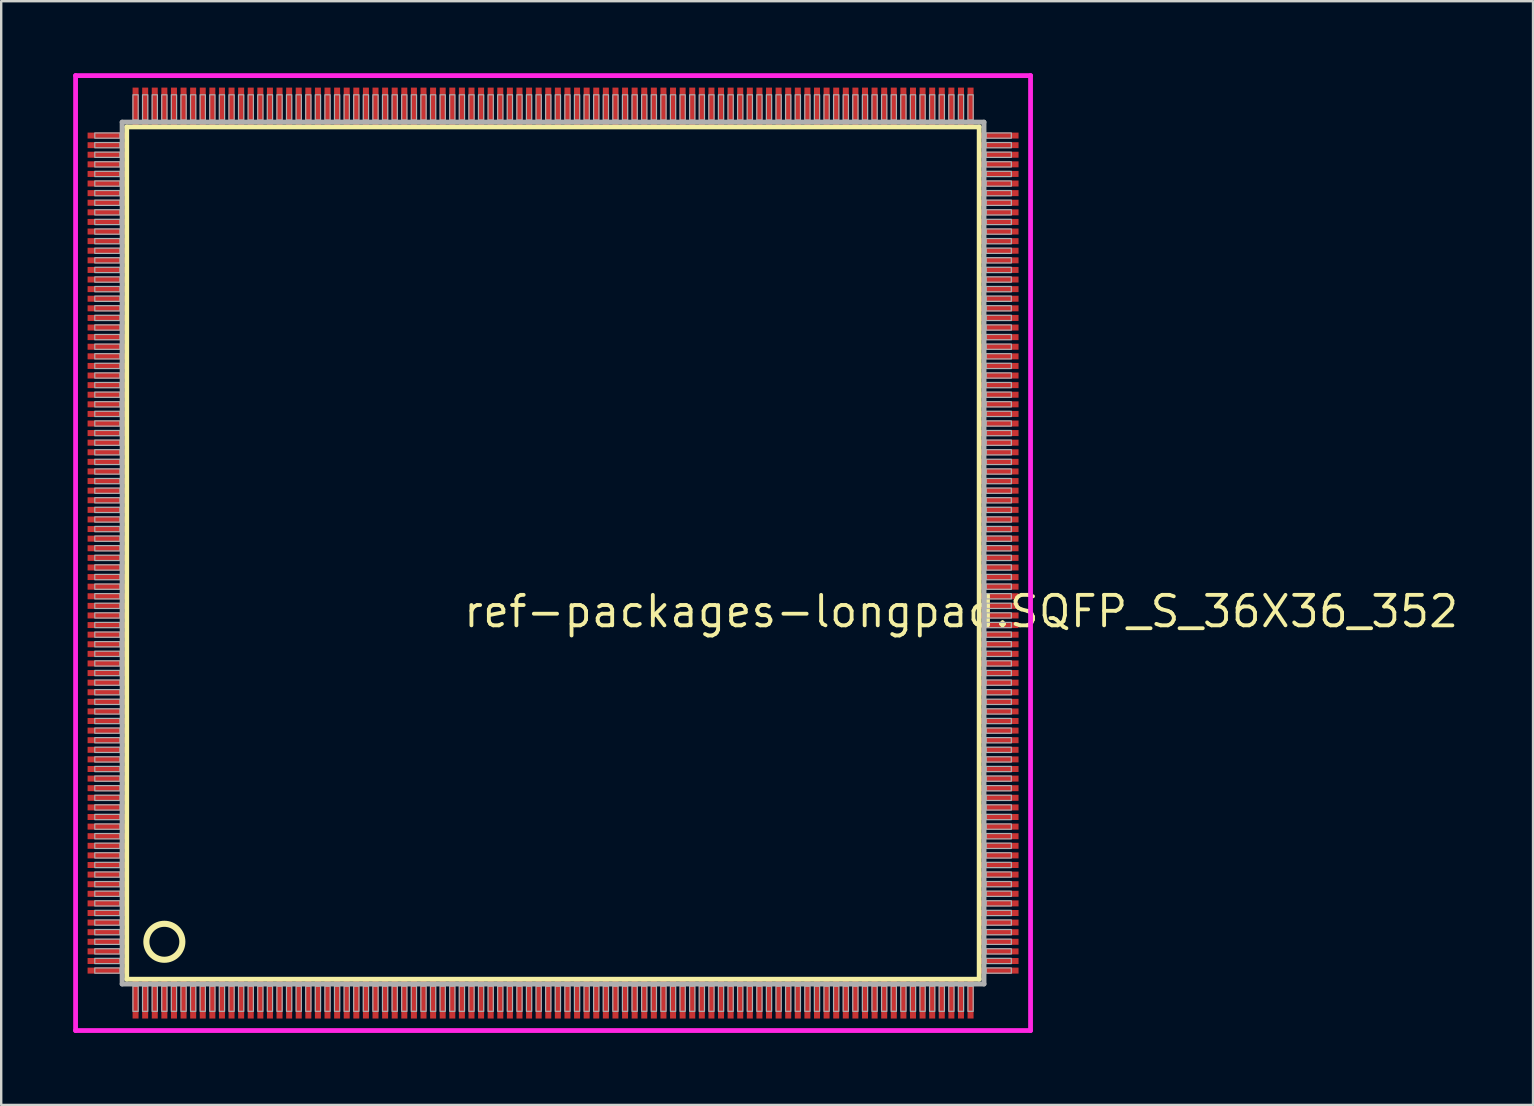
<source format=kicad_pcb>
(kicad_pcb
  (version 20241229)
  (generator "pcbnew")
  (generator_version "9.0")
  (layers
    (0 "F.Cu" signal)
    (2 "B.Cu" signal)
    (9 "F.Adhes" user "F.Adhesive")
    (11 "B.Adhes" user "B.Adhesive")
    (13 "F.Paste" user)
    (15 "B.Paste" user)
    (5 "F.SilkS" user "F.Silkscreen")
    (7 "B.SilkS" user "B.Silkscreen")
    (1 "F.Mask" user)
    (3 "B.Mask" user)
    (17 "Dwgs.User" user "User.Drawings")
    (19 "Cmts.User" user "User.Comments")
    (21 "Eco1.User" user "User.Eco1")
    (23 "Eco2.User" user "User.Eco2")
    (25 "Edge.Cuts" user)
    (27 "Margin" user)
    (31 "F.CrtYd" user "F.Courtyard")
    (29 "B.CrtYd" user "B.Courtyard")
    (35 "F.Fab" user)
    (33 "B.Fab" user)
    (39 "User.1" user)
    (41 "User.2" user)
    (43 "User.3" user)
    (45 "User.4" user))
  (footprint "ref-packages-longpad.SQFP_S_36X36_352"
    (layer "F.Cu")
    (at 20 20)
    (property "Reference" "ref-packages-longpad.SQFP_S_36X36_352" (at -3.81 3.175 0) (layer "F.SilkS") (effects (font (size 1.27 1.27) (thickness 0.16)) (justify left bottom)))
    (attr smd)
    (fp_line (start -17.77 -17.76) (end 17.76 -17.76) (stroke (width 0.203) (type default)) (layer "F.SilkS"))
    (fp_line (start -17.77 17.76) (end -17.77 -17.76) (stroke (width 0.203) (type default)) (layer "F.SilkS"))
    (fp_line (start 17.76 17.76) (end -17.77 17.76) (stroke (width 0.203) (type default)) (layer "F.SilkS"))
    (fp_line (start 17.76 -17.76) (end 17.76 17.76) (stroke (width 0.203) (type default)) (layer "F.SilkS"))
    (fp_circle (center -16.2 16.2) (end -15.45 16.2) (stroke (width 0.254) (type default)) (fill no) (layer "F.SilkS"))
    (fp_line (start -19.9 -19.9) (end 19.9 -19.9) (stroke (width 0.2) (type default)) (layer "F.CrtYd"))
    (fp_line (start -19.9 19.9) (end -19.9 -19.9) (stroke (width 0.2) (type default)) (layer "F.CrtYd"))
    (fp_line (start 19.9 -19.9) (end 19.9 19.9) (stroke (width 0.2) (type default)) (layer "F.CrtYd"))
    (fp_line (start 19.9 19.9) (end -19.9 19.9) (stroke (width 0.2) (type default)) (layer "F.CrtYd"))
    (fp_line (start -17.96 -17.96) (end -17.96 17.96) (stroke (width 0.203) (type default)) (layer "F.Fab"))
    (fp_line (start -17.96 17.96) (end 17.96 17.96) (stroke (width 0.203) (type default)) (layer "F.Fab"))
    (fp_line (start 17.96 -17.96) (end -17.96 -17.96) (stroke (width 0.203) (type default)) (layer "F.Fab"))
    (fp_line (start 17.96 17.96) (end 17.96 -17.96) (stroke (width 0.203) (type default)) (layer "F.Fab"))
    (fp_rect (start -19.1 -17.29) (end -18.05 -17.51) (stroke (width 0.05) (type default)) (fill no) (layer "F.Fab"))
    (fp_rect (start -19.1 -16.89) (end -18.05 -17.11) (stroke (width 0.05) (type default)) (fill no) (layer "F.Fab"))
    (fp_rect (start -19.1 -16.49) (end -18.05 -16.71) (stroke (width 0.05) (type default)) (fill no) (layer "F.Fab"))
    (fp_rect (start -19.1 -16.09) (end -18.05 -16.31) (stroke (width 0.05) (type default)) (fill no) (layer "F.Fab"))
    (fp_rect (start -19.1 -15.69) (end -18.05 -15.91) (stroke (width 0.05) (type default)) (fill no) (layer "F.Fab"))
    (fp_rect (start -19.1 -15.29) (end -18.05 -15.51) (stroke (width 0.05) (type default)) (fill no) (layer "F.Fab"))
    (fp_rect (start -19.1 -14.89) (end -18.05 -15.11) (stroke (width 0.05) (type default)) (fill no) (layer "F.Fab"))
    (fp_rect (start -19.1 -14.49) (end -18.05 -14.71) (stroke (width 0.05) (type default)) (fill no) (layer "F.Fab"))
    (fp_rect (start -19.1 -14.09) (end -18.05 -14.31) (stroke (width 0.05) (type default)) (fill no) (layer "F.Fab"))
    (fp_rect (start -19.1 -13.69) (end -18.05 -13.91) (stroke (width 0.05) (type default)) (fill no) (layer "F.Fab"))
    (fp_rect (start -19.1 -13.29) (end -18.05 -13.51) (stroke (width 0.05) (type default)) (fill no) (layer "F.Fab"))
    (fp_rect (start -19.1 -12.89) (end -18.05 -13.11) (stroke (width 0.05) (type default)) (fill no) (layer "F.Fab"))
    (fp_rect (start -19.1 -12.49) (end -18.05 -12.71) (stroke (width 0.05) (type default)) (fill no) (layer "F.Fab"))
    (fp_rect (start -19.1 -12.09) (end -18.05 -12.31) (stroke (width 0.05) (type default)) (fill no) (layer "F.Fab"))
    (fp_rect (start -19.1 -11.69) (end -18.05 -11.91) (stroke (width 0.05) (type default)) (fill no) (layer "F.Fab"))
    (fp_rect (start -19.1 -11.29) (end -18.05 -11.51) (stroke (width 0.05) (type default)) (fill no) (layer "F.Fab"))
    (fp_rect (start -19.1 -10.89) (end -18.05 -11.11) (stroke (width 0.05) (type default)) (fill no) (layer "F.Fab"))
    (fp_rect (start -19.1 -10.49) (end -18.05 -10.71) (stroke (width 0.05) (type default)) (fill no) (layer "F.Fab"))
    (fp_rect (start -19.1 -10.09) (end -18.05 -10.31) (stroke (width 0.05) (type default)) (fill no) (layer "F.Fab"))
    (fp_rect (start -19.1 -9.69) (end -18.05 -9.91) (stroke (width 0.05) (type default)) (fill no) (layer "F.Fab"))
    (fp_rect (start -19.1 -9.29) (end -18.05 -9.51) (stroke (width 0.05) (type default)) (fill no) (layer "F.Fab"))
    (fp_rect (start -19.1 -8.89) (end -18.05 -9.11) (stroke (width 0.05) (type default)) (fill no) (layer "F.Fab"))
    (fp_rect (start -19.1 -8.49) (end -18.05 -8.71) (stroke (width 0.05) (type default)) (fill no) (layer "F.Fab"))
    (fp_rect (start -19.1 -8.09) (end -18.05 -8.31) (stroke (width 0.05) (type default)) (fill no) (layer "F.Fab"))
    (fp_rect (start -19.1 -7.69) (end -18.05 -7.91) (stroke (width 0.05) (type default)) (fill no) (layer "F.Fab"))
    (fp_rect (start -19.1 -7.29) (end -18.05 -7.51) (stroke (width 0.05) (type default)) (fill no) (layer "F.Fab"))
    (fp_rect (start -19.1 -6.89) (end -18.05 -7.11) (stroke (width 0.05) (type default)) (fill no) (layer "F.Fab"))
    (fp_rect (start -19.1 -6.49) (end -18.05 -6.71) (stroke (width 0.05) (type default)) (fill no) (layer "F.Fab"))
    (fp_rect (start -19.1 -6.09) (end -18.05 -6.31) (stroke (width 0.05) (type default)) (fill no) (layer "F.Fab"))
    (fp_rect (start -19.1 -5.69) (end -18.05 -5.91) (stroke (width 0.05) (type default)) (fill no) (layer "F.Fab"))
    (fp_rect (start -19.1 -5.29) (end -18.05 -5.51) (stroke (width 0.05) (type default)) (fill no) (layer "F.Fab"))
    (fp_rect (start -19.1 -4.89) (end -18.05 -5.11) (stroke (width 0.05) (type default)) (fill no) (layer "F.Fab"))
    (fp_rect (start -19.1 -4.49) (end -18.05 -4.71) (stroke (width 0.05) (type default)) (fill no) (layer "F.Fab"))
    (fp_rect (start -19.1 -4.09) (end -18.05 -4.31) (stroke (width 0.05) (type default)) (fill no) (layer "F.Fab"))
    (fp_rect (start -19.1 -3.69) (end -18.05 -3.91) (stroke (width 0.05) (type default)) (fill no) (layer "F.Fab"))
    (fp_rect (start -19.1 -3.29) (end -18.05 -3.51) (stroke (width 0.05) (type default)) (fill no) (layer "F.Fab"))
    (fp_rect (start -19.1 -2.89) (end -18.05 -3.11) (stroke (width 0.05) (type default)) (fill no) (layer "F.Fab"))
    (fp_rect (start -19.1 -2.49) (end -18.05 -2.71) (stroke (width 0.05) (type default)) (fill no) (layer "F.Fab"))
    (fp_rect (start -19.1 -2.09) (end -18.05 -2.31) (stroke (width 0.05) (type default)) (fill no) (layer "F.Fab"))
    (fp_rect (start -19.1 -1.69) (end -18.05 -1.91) (stroke (width 0.05) (type default)) (fill no) (layer "F.Fab"))
    (fp_rect (start -19.1 -1.29) (end -18.05 -1.51) (stroke (width 0.05) (type default)) (fill no) (layer "F.Fab"))
    (fp_rect (start -19.1 -0.89) (end -18.05 -1.11) (stroke (width 0.05) (type default)) (fill no) (layer "F.Fab"))
    (fp_rect (start -19.1 -0.49) (end -18.05 -0.71) (stroke (width 0.05) (type default)) (fill no) (layer "F.Fab"))
    (fp_rect (start -19.1 -0.09) (end -18.05 -0.31) (stroke (width 0.05) (type default)) (fill no) (layer "F.Fab"))
    (fp_rect (start -19.1 0.31) (end -18.05 0.09) (stroke (width 0.05) (type default)) (fill no) (layer "F.Fab"))
    (fp_rect (start -19.1 0.71) (end -18.05 0.49) (stroke (width 0.05) (type default)) (fill no) (layer "F.Fab"))
    (fp_rect (start -19.1 1.11) (end -18.05 0.89) (stroke (width 0.05) (type default)) (fill no) (layer "F.Fab"))
    (fp_rect (start -19.1 1.51) (end -18.05 1.29) (stroke (width 0.05) (type default)) (fill no) (layer "F.Fab"))
    (fp_rect (start -19.1 1.91) (end -18.05 1.69) (stroke (width 0.05) (type default)) (fill no) (layer "F.Fab"))
    (fp_rect (start -19.1 2.31) (end -18.05 2.09) (stroke (width 0.05) (type default)) (fill no) (layer "F.Fab"))
    (fp_rect (start -19.1 2.71) (end -18.05 2.49) (stroke (width 0.05) (type default)) (fill no) (layer "F.Fab"))
    (fp_rect (start -19.1 3.11) (end -18.05 2.89) (stroke (width 0.05) (type default)) (fill no) (layer "F.Fab"))
    (fp_rect (start -19.1 3.51) (end -18.05 3.29) (stroke (width 0.05) (type default)) (fill no) (layer "F.Fab"))
    (fp_rect (start -19.1 3.91) (end -18.05 3.69) (stroke (width 0.05) (type default)) (fill no) (layer "F.Fab"))
    (fp_rect (start -19.1 4.31) (end -18.05 4.09) (stroke (width 0.05) (type default)) (fill no) (layer "F.Fab"))
    (fp_rect (start -19.1 4.71) (end -18.05 4.49) (stroke (width 0.05) (type default)) (fill no) (layer "F.Fab"))
    (fp_rect (start -19.1 5.11) (end -18.05 4.89) (stroke (width 0.05) (type default)) (fill no) (layer "F.Fab"))
    (fp_rect (start -19.1 5.51) (end -18.05 5.29) (stroke (width 0.05) (type default)) (fill no) (layer "F.Fab"))
    (fp_rect (start -19.1 5.91) (end -18.05 5.69) (stroke (width 0.05) (type default)) (fill no) (layer "F.Fab"))
    (fp_rect (start -19.1 6.31) (end -18.05 6.09) (stroke (width 0.05) (type default)) (fill no) (layer "F.Fab"))
    (fp_rect (start -19.1 6.71) (end -18.05 6.49) (stroke (width 0.05) (type default)) (fill no) (layer "F.Fab"))
    (fp_rect (start -19.1 7.11) (end -18.05 6.89) (stroke (width 0.05) (type default)) (fill no) (layer "F.Fab"))
    (fp_rect (start -19.1 7.51) (end -18.05 7.29) (stroke (width 0.05) (type default)) (fill no) (layer "F.Fab"))
    (fp_rect (start -19.1 7.91) (end -18.05 7.69) (stroke (width 0.05) (type default)) (fill no) (layer "F.Fab"))
    (fp_rect (start -19.1 8.31) (end -18.05 8.09) (stroke (width 0.05) (type default)) (fill no) (layer "F.Fab"))
    (fp_rect (start -19.1 8.71) (end -18.05 8.49) (stroke (width 0.05) (type default)) (fill no) (layer "F.Fab"))
    (fp_rect (start -19.1 9.11) (end -18.05 8.89) (stroke (width 0.05) (type default)) (fill no) (layer "F.Fab"))
    (fp_rect (start -19.1 9.51) (end -18.05 9.29) (stroke (width 0.05) (type default)) (fill no) (layer "F.Fab"))
    (fp_rect (start -19.1 9.91) (end -18.05 9.69) (stroke (width 0.05) (type default)) (fill no) (layer "F.Fab"))
    (fp_rect (start -19.1 10.31) (end -18.05 10.09) (stroke (width 0.05) (type default)) (fill no) (layer "F.Fab"))
    (fp_rect (start -19.1 10.71) (end -18.05 10.49) (stroke (width 0.05) (type default)) (fill no) (layer "F.Fab"))
    (fp_rect (start -19.1 11.11) (end -18.05 10.89) (stroke (width 0.05) (type default)) (fill no) (layer "F.Fab"))
    (fp_rect (start -19.1 11.51) (end -18.05 11.29) (stroke (width 0.05) (type default)) (fill no) (layer "F.Fab"))
    (fp_rect (start -19.1 11.91) (end -18.05 11.69) (stroke (width 0.05) (type default)) (fill no) (layer "F.Fab"))
    (fp_rect (start -19.1 12.31) (end -18.05 12.09) (stroke (width 0.05) (type default)) (fill no) (layer "F.Fab"))
    (fp_rect (start -19.1 12.71) (end -18.05 12.49) (stroke (width 0.05) (type default)) (fill no) (layer "F.Fab"))
    (fp_rect (start -19.1 13.11) (end -18.05 12.89) (stroke (width 0.05) (type default)) (fill no) (layer "F.Fab"))
    (fp_rect (start -19.1 13.51) (end -18.05 13.29) (stroke (width 0.05) (type default)) (fill no) (layer "F.Fab"))
    (fp_rect (start -19.1 13.91) (end -18.05 13.69) (stroke (width 0.05) (type default)) (fill no) (layer "F.Fab"))
    (fp_rect (start -19.1 14.31) (end -18.05 14.09) (stroke (width 0.05) (type default)) (fill no) (layer "F.Fab"))
    (fp_rect (start -19.1 14.71) (end -18.05 14.49) (stroke (width 0.05) (type default)) (fill no) (layer "F.Fab"))
    (fp_rect (start -19.1 15.11) (end -18.05 14.89) (stroke (width 0.05) (type default)) (fill no) (layer "F.Fab"))
    (fp_rect (start -19.1 15.51) (end -18.05 15.29) (stroke (width 0.05) (type default)) (fill no) (layer "F.Fab"))
    (fp_rect (start -19.1 15.91) (end -18.05 15.69) (stroke (width 0.05) (type default)) (fill no) (layer "F.Fab"))
    (fp_rect (start -19.1 16.31) (end -18.05 16.09) (stroke (width 0.05) (type default)) (fill no) (layer "F.Fab"))
    (fp_rect (start -19.1 16.71) (end -18.05 16.49) (stroke (width 0.05) (type default)) (fill no) (layer "F.Fab"))
    (fp_rect (start -19.1 17.11) (end -18.05 16.89) (stroke (width 0.05) (type default)) (fill no) (layer "F.Fab"))
    (fp_rect (start -19.1 17.51) (end -18.05 17.29) (stroke (width 0.05) (type default)) (fill no) (layer "F.Fab"))
    (fp_rect (start -17.51 -18.05) (end -17.29 -19.1) (stroke (width 0.05) (type default)) (fill no) (layer "F.Fab"))
    (fp_rect (start -17.51 19.1) (end -17.29 18.05) (stroke (width 0.05) (type default)) (fill no) (layer "F.Fab"))
    (fp_rect (start -17.11 -18.05) (end -16.89 -19.1) (stroke (width 0.05) (type default)) (fill no) (layer "F.Fab"))
    (fp_rect (start -17.11 19.1) (end -16.89 18.05) (stroke (width 0.05) (type default)) (fill no) (layer "F.Fab"))
    (fp_rect (start -16.71 -18.05) (end -16.49 -19.1) (stroke (width 0.05) (type default)) (fill no) (layer "F.Fab"))
    (fp_rect (start -16.71 19.1) (end -16.49 18.05) (stroke (width 0.05) (type default)) (fill no) (layer "F.Fab"))
    (fp_rect (start -16.31 -18.05) (end -16.09 -19.1) (stroke (width 0.05) (type default)) (fill no) (layer "F.Fab"))
    (fp_rect (start -16.31 19.1) (end -16.09 18.05) (stroke (width 0.05) (type default)) (fill no) (layer "F.Fab"))
    (fp_rect (start -15.91 -18.05) (end -15.69 -19.1) (stroke (width 0.05) (type default)) (fill no) (layer "F.Fab"))
    (fp_rect (start -15.91 19.1) (end -15.69 18.05) (stroke (width 0.05) (type default)) (fill no) (layer "F.Fab"))
    (fp_rect (start -15.51 -18.05) (end -15.29 -19.1) (stroke (width 0.05) (type default)) (fill no) (layer "F.Fab"))
    (fp_rect (start -15.51 19.1) (end -15.29 18.05) (stroke (width 0.05) (type default)) (fill no) (layer "F.Fab"))
    (fp_rect (start -15.11 -18.05) (end -14.89 -19.1) (stroke (width 0.05) (type default)) (fill no) (layer "F.Fab"))
    (fp_rect (start -15.11 19.1) (end -14.89 18.05) (stroke (width 0.05) (type default)) (fill no) (layer "F.Fab"))
    (fp_rect (start -14.71 -18.05) (end -14.49 -19.1) (stroke (width 0.05) (type default)) (fill no) (layer "F.Fab"))
    (fp_rect (start -14.71 19.1) (end -14.49 18.05) (stroke (width 0.05) (type default)) (fill no) (layer "F.Fab"))
    (fp_rect (start -14.31 -18.05) (end -14.09 -19.1) (stroke (width 0.05) (type default)) (fill no) (layer "F.Fab"))
    (fp_rect (start -14.31 19.1) (end -14.09 18.05) (stroke (width 0.05) (type default)) (fill no) (layer "F.Fab"))
    (fp_rect (start -13.91 -18.05) (end -13.69 -19.1) (stroke (width 0.05) (type default)) (fill no) (layer "F.Fab"))
    (fp_rect (start -13.91 19.1) (end -13.69 18.05) (stroke (width 0.05) (type default)) (fill no) (layer "F.Fab"))
    (fp_rect (start -13.51 -18.05) (end -13.29 -19.1) (stroke (width 0.05) (type default)) (fill no) (layer "F.Fab"))
    (fp_rect (start -13.51 19.1) (end -13.29 18.05) (stroke (width 0.05) (type default)) (fill no) (layer "F.Fab"))
    (fp_rect (start -13.11 -18.05) (end -12.89 -19.1) (stroke (width 0.05) (type default)) (fill no) (layer "F.Fab"))
    (fp_rect (start -13.11 19.1) (end -12.89 18.05) (stroke (width 0.05) (type default)) (fill no) (layer "F.Fab"))
    (fp_rect (start -12.71 -18.05) (end -12.49 -19.1) (stroke (width 0.05) (type default)) (fill no) (layer "F.Fab"))
    (fp_rect (start -12.71 19.1) (end -12.49 18.05) (stroke (width 0.05) (type default)) (fill no) (layer "F.Fab"))
    (fp_rect (start -12.31 -18.05) (end -12.09 -19.1) (stroke (width 0.05) (type default)) (fill no) (layer "F.Fab"))
    (fp_rect (start -12.31 19.1) (end -12.09 18.05) (stroke (width 0.05) (type default)) (fill no) (layer "F.Fab"))
    (fp_rect (start -11.91 -18.05) (end -11.69 -19.1) (stroke (width 0.05) (type default)) (fill no) (layer "F.Fab"))
    (fp_rect (start -11.91 19.1) (end -11.69 18.05) (stroke (width 0.05) (type default)) (fill no) (layer "F.Fab"))
    (fp_rect (start -11.51 -18.05) (end -11.29 -19.1) (stroke (width 0.05) (type default)) (fill no) (layer "F.Fab"))
    (fp_rect (start -11.51 19.1) (end -11.29 18.05) (stroke (width 0.05) (type default)) (fill no) (layer "F.Fab"))
    (fp_rect (start -11.11 -18.05) (end -10.89 -19.1) (stroke (width 0.05) (type default)) (fill no) (layer "F.Fab"))
    (fp_rect (start -11.11 19.1) (end -10.89 18.05) (stroke (width 0.05) (type default)) (fill no) (layer "F.Fab"))
    (fp_rect (start -10.71 -18.05) (end -10.49 -19.1) (stroke (width 0.05) (type default)) (fill no) (layer "F.Fab"))
    (fp_rect (start -10.71 19.1) (end -10.49 18.05) (stroke (width 0.05) (type default)) (fill no) (layer "F.Fab"))
    (fp_rect (start -10.31 -18.05) (end -10.09 -19.1) (stroke (width 0.05) (type default)) (fill no) (layer "F.Fab"))
    (fp_rect (start -10.31 19.1) (end -10.09 18.05) (stroke (width 0.05) (type default)) (fill no) (layer "F.Fab"))
    (fp_rect (start -9.91 -18.05) (end -9.69 -19.1) (stroke (width 0.05) (type default)) (fill no) (layer "F.Fab"))
    (fp_rect (start -9.91 19.1) (end -9.69 18.05) (stroke (width 0.05) (type default)) (fill no) (layer "F.Fab"))
    (fp_rect (start -9.51 -18.05) (end -9.29 -19.1) (stroke (width 0.05) (type default)) (fill no) (layer "F.Fab"))
    (fp_rect (start -9.51 19.1) (end -9.29 18.05) (stroke (width 0.05) (type default)) (fill no) (layer "F.Fab"))
    (fp_rect (start -9.11 -18.05) (end -8.89 -19.1) (stroke (width 0.05) (type default)) (fill no) (layer "F.Fab"))
    (fp_rect (start -9.11 19.1) (end -8.89 18.05) (stroke (width 0.05) (type default)) (fill no) (layer "F.Fab"))
    (fp_rect (start -8.71 -18.05) (end -8.49 -19.1) (stroke (width 0.05) (type default)) (fill no) (layer "F.Fab"))
    (fp_rect (start -8.71 19.1) (end -8.49 18.05) (stroke (width 0.05) (type default)) (fill no) (layer "F.Fab"))
    (fp_rect (start -8.31 -18.05) (end -8.09 -19.1) (stroke (width 0.05) (type default)) (fill no) (layer "F.Fab"))
    (fp_rect (start -8.31 19.1) (end -8.09 18.05) (stroke (width 0.05) (type default)) (fill no) (layer "F.Fab"))
    (fp_rect (start -7.91 -18.05) (end -7.69 -19.1) (stroke (width 0.05) (type default)) (fill no) (layer "F.Fab"))
    (fp_rect (start -7.91 19.1) (end -7.69 18.05) (stroke (width 0.05) (type default)) (fill no) (layer "F.Fab"))
    (fp_rect (start -7.51 -18.05) (end -7.29 -19.1) (stroke (width 0.05) (type default)) (fill no) (layer "F.Fab"))
    (fp_rect (start -7.51 19.1) (end -7.29 18.05) (stroke (width 0.05) (type default)) (fill no) (layer "F.Fab"))
    (fp_rect (start -7.11 -18.05) (end -6.89 -19.1) (stroke (width 0.05) (type default)) (fill no) (layer "F.Fab"))
    (fp_rect (start -7.11 19.1) (end -6.89 18.05) (stroke (width 0.05) (type default)) (fill no) (layer "F.Fab"))
    (fp_rect (start -6.71 -18.05) (end -6.49 -19.1) (stroke (width 0.05) (type default)) (fill no) (layer "F.Fab"))
    (fp_rect (start -6.71 19.1) (end -6.49 18.05) (stroke (width 0.05) (type default)) (fill no) (layer "F.Fab"))
    (fp_rect (start -6.31 -18.05) (end -6.09 -19.1) (stroke (width 0.05) (type default)) (fill no) (layer "F.Fab"))
    (fp_rect (start -6.31 19.1) (end -6.09 18.05) (stroke (width 0.05) (type default)) (fill no) (layer "F.Fab"))
    (fp_rect (start -5.91 -18.05) (end -5.69 -19.1) (stroke (width 0.05) (type default)) (fill no) (layer "F.Fab"))
    (fp_rect (start -5.91 19.1) (end -5.69 18.05) (stroke (width 0.05) (type default)) (fill no) (layer "F.Fab"))
    (fp_rect (start -5.51 -18.05) (end -5.29 -19.1) (stroke (width 0.05) (type default)) (fill no) (layer "F.Fab"))
    (fp_rect (start -5.51 19.1) (end -5.29 18.05) (stroke (width 0.05) (type default)) (fill no) (layer "F.Fab"))
    (fp_rect (start -5.11 -18.05) (end -4.89 -19.1) (stroke (width 0.05) (type default)) (fill no) (layer "F.Fab"))
    (fp_rect (start -5.11 19.1) (end -4.89 18.05) (stroke (width 0.05) (type default)) (fill no) (layer "F.Fab"))
    (fp_rect (start -4.71 -18.05) (end -4.49 -19.1) (stroke (width 0.05) (type default)) (fill no) (layer "F.Fab"))
    (fp_rect (start -4.71 19.1) (end -4.49 18.05) (stroke (width 0.05) (type default)) (fill no) (layer "F.Fab"))
    (fp_rect (start -4.31 -18.05) (end -4.09 -19.1) (stroke (width 0.05) (type default)) (fill no) (layer "F.Fab"))
    (fp_rect (start -4.31 19.1) (end -4.09 18.05) (stroke (width 0.05) (type default)) (fill no) (layer "F.Fab"))
    (fp_rect (start -3.91 -18.05) (end -3.69 -19.1) (stroke (width 0.05) (type default)) (fill no) (layer "F.Fab"))
    (fp_rect (start -3.91 19.1) (end -3.69 18.05) (stroke (width 0.05) (type default)) (fill no) (layer "F.Fab"))
    (fp_rect (start -3.51 -18.05) (end -3.29 -19.1) (stroke (width 0.05) (type default)) (fill no) (layer "F.Fab"))
    (fp_rect (start -3.51 19.1) (end -3.29 18.05) (stroke (width 0.05) (type default)) (fill no) (layer "F.Fab"))
    (fp_rect (start -3.11 -18.05) (end -2.89 -19.1) (stroke (width 0.05) (type default)) (fill no) (layer "F.Fab"))
    (fp_rect (start -3.11 19.1) (end -2.89 18.05) (stroke (width 0.05) (type default)) (fill no) (layer "F.Fab"))
    (fp_rect (start -2.71 -18.05) (end -2.49 -19.1) (stroke (width 0.05) (type default)) (fill no) (layer "F.Fab"))
    (fp_rect (start -2.71 19.1) (end -2.49 18.05) (stroke (width 0.05) (type default)) (fill no) (layer "F.Fab"))
    (fp_rect (start -2.31 -18.05) (end -2.09 -19.1) (stroke (width 0.05) (type default)) (fill no) (layer "F.Fab"))
    (fp_rect (start -2.31 19.1) (end -2.09 18.05) (stroke (width 0.05) (type default)) (fill no) (layer "F.Fab"))
    (fp_rect (start -1.91 -18.05) (end -1.69 -19.1) (stroke (width 0.05) (type default)) (fill no) (layer "F.Fab"))
    (fp_rect (start -1.91 19.1) (end -1.69 18.05) (stroke (width 0.05) (type default)) (fill no) (layer "F.Fab"))
    (fp_rect (start -1.51 -18.05) (end -1.29 -19.1) (stroke (width 0.05) (type default)) (fill no) (layer "F.Fab"))
    (fp_rect (start -1.51 19.1) (end -1.29 18.05) (stroke (width 0.05) (type default)) (fill no) (layer "F.Fab"))
    (fp_rect (start -1.11 -18.05) (end -0.89 -19.1) (stroke (width 0.05) (type default)) (fill no) (layer "F.Fab"))
    (fp_rect (start -1.11 19.1) (end -0.89 18.05) (stroke (width 0.05) (type default)) (fill no) (layer "F.Fab"))
    (fp_rect (start -0.71 -18.05) (end -0.49 -19.1) (stroke (width 0.05) (type default)) (fill no) (layer "F.Fab"))
    (fp_rect (start -0.71 19.1) (end -0.49 18.05) (stroke (width 0.05) (type default)) (fill no) (layer "F.Fab"))
    (fp_rect (start -0.31 -18.05) (end -0.09 -19.1) (stroke (width 0.05) (type default)) (fill no) (layer "F.Fab"))
    (fp_rect (start -0.31 19.1) (end -0.09 18.05) (stroke (width 0.05) (type default)) (fill no) (layer "F.Fab"))
    (fp_rect (start 0.09 -18.05) (end 0.31 -19.1) (stroke (width 0.05) (type default)) (fill no) (layer "F.Fab"))
    (fp_rect (start 0.09 19.1) (end 0.31 18.05) (stroke (width 0.05) (type default)) (fill no) (layer "F.Fab"))
    (fp_rect (start 0.49 -18.05) (end 0.71 -19.1) (stroke (width 0.05) (type default)) (fill no) (layer "F.Fab"))
    (fp_rect (start 0.49 19.1) (end 0.71 18.05) (stroke (width 0.05) (type default)) (fill no) (layer "F.Fab"))
    (fp_rect (start 0.89 -18.05) (end 1.11 -19.1) (stroke (width 0.05) (type default)) (fill no) (layer "F.Fab"))
    (fp_rect (start 0.89 19.1) (end 1.11 18.05) (stroke (width 0.05) (type default)) (fill no) (layer "F.Fab"))
    (fp_rect (start 1.29 -18.05) (end 1.51 -19.1) (stroke (width 0.05) (type default)) (fill no) (layer "F.Fab"))
    (fp_rect (start 1.29 19.1) (end 1.51 18.05) (stroke (width 0.05) (type default)) (fill no) (layer "F.Fab"))
    (fp_rect (start 1.69 -18.05) (end 1.91 -19.1) (stroke (width 0.05) (type default)) (fill no) (layer "F.Fab"))
    (fp_rect (start 1.69 19.1) (end 1.91 18.05) (stroke (width 0.05) (type default)) (fill no) (layer "F.Fab"))
    (fp_rect (start 2.09 -18.05) (end 2.31 -19.1) (stroke (width 0.05) (type default)) (fill no) (layer "F.Fab"))
    (fp_rect (start 2.09 19.1) (end 2.31 18.05) (stroke (width 0.05) (type default)) (fill no) (layer "F.Fab"))
    (fp_rect (start 2.49 -18.05) (end 2.71 -19.1) (stroke (width 0.05) (type default)) (fill no) (layer "F.Fab"))
    (fp_rect (start 2.49 19.1) (end 2.71 18.05) (stroke (width 0.05) (type default)) (fill no) (layer "F.Fab"))
    (fp_rect (start 2.89 -18.05) (end 3.11 -19.1) (stroke (width 0.05) (type default)) (fill no) (layer "F.Fab"))
    (fp_rect (start 2.89 19.1) (end 3.11 18.05) (stroke (width 0.05) (type default)) (fill no) (layer "F.Fab"))
    (fp_rect (start 3.29 -18.05) (end 3.51 -19.1) (stroke (width 0.05) (type default)) (fill no) (layer "F.Fab"))
    (fp_rect (start 3.29 19.1) (end 3.51 18.05) (stroke (width 0.05) (type default)) (fill no) (layer "F.Fab"))
    (fp_rect (start 3.69 -18.05) (end 3.91 -19.1) (stroke (width 0.05) (type default)) (fill no) (layer "F.Fab"))
    (fp_rect (start 3.69 19.1) (end 3.91 18.05) (stroke (width 0.05) (type default)) (fill no) (layer "F.Fab"))
    (fp_rect (start 4.09 -18.05) (end 4.31 -19.1) (stroke (width 0.05) (type default)) (fill no) (layer "F.Fab"))
    (fp_rect (start 4.09 19.1) (end 4.31 18.05) (stroke (width 0.05) (type default)) (fill no) (layer "F.Fab"))
    (fp_rect (start 4.49 -18.05) (end 4.71 -19.1) (stroke (width 0.05) (type default)) (fill no) (layer "F.Fab"))
    (fp_rect (start 4.49 19.1) (end 4.71 18.05) (stroke (width 0.05) (type default)) (fill no) (layer "F.Fab"))
    (fp_rect (start 4.89 -18.05) (end 5.11 -19.1) (stroke (width 0.05) (type default)) (fill no) (layer "F.Fab"))
    (fp_rect (start 4.89 19.1) (end 5.11 18.05) (stroke (width 0.05) (type default)) (fill no) (layer "F.Fab"))
    (fp_rect (start 5.29 -18.05) (end 5.51 -19.1) (stroke (width 0.05) (type default)) (fill no) (layer "F.Fab"))
    (fp_rect (start 5.29 19.1) (end 5.51 18.05) (stroke (width 0.05) (type default)) (fill no) (layer "F.Fab"))
    (fp_rect (start 5.69 -18.05) (end 5.91 -19.1) (stroke (width 0.05) (type default)) (fill no) (layer "F.Fab"))
    (fp_rect (start 5.69 19.1) (end 5.91 18.05) (stroke (width 0.05) (type default)) (fill no) (layer "F.Fab"))
    (fp_rect (start 6.09 -18.05) (end 6.31 -19.1) (stroke (width 0.05) (type default)) (fill no) (layer "F.Fab"))
    (fp_rect (start 6.09 19.1) (end 6.31 18.05) (stroke (width 0.05) (type default)) (fill no) (layer "F.Fab"))
    (fp_rect (start 6.49 -18.05) (end 6.71 -19.1) (stroke (width 0.05) (type default)) (fill no) (layer "F.Fab"))
    (fp_rect (start 6.49 19.1) (end 6.71 18.05) (stroke (width 0.05) (type default)) (fill no) (layer "F.Fab"))
    (fp_rect (start 6.89 -18.05) (end 7.11 -19.1) (stroke (width 0.05) (type default)) (fill no) (layer "F.Fab"))
    (fp_rect (start 6.89 19.1) (end 7.11 18.05) (stroke (width 0.05) (type default)) (fill no) (layer "F.Fab"))
    (fp_rect (start 7.29 -18.05) (end 7.51 -19.1) (stroke (width 0.05) (type default)) (fill no) (layer "F.Fab"))
    (fp_rect (start 7.29 19.1) (end 7.51 18.05) (stroke (width 0.05) (type default)) (fill no) (layer "F.Fab"))
    (fp_rect (start 7.69 -18.05) (end 7.91 -19.1) (stroke (width 0.05) (type default)) (fill no) (layer "F.Fab"))
    (fp_rect (start 7.69 19.1) (end 7.91 18.05) (stroke (width 0.05) (type default)) (fill no) (layer "F.Fab"))
    (fp_rect (start 8.09 -18.05) (end 8.31 -19.1) (stroke (width 0.05) (type default)) (fill no) (layer "F.Fab"))
    (fp_rect (start 8.09 19.1) (end 8.31 18.05) (stroke (width 0.05) (type default)) (fill no) (layer "F.Fab"))
    (fp_rect (start 8.49 -18.05) (end 8.71 -19.1) (stroke (width 0.05) (type default)) (fill no) (layer "F.Fab"))
    (fp_rect (start 8.49 19.1) (end 8.71 18.05) (stroke (width 0.05) (type default)) (fill no) (layer "F.Fab"))
    (fp_rect (start 8.89 -18.05) (end 9.11 -19.1) (stroke (width 0.05) (type default)) (fill no) (layer "F.Fab"))
    (fp_rect (start 8.89 19.1) (end 9.11 18.05) (stroke (width 0.05) (type default)) (fill no) (layer "F.Fab"))
    (fp_rect (start 9.29 -18.05) (end 9.51 -19.1) (stroke (width 0.05) (type default)) (fill no) (layer "F.Fab"))
    (fp_rect (start 9.29 19.1) (end 9.51 18.05) (stroke (width 0.05) (type default)) (fill no) (layer "F.Fab"))
    (fp_rect (start 9.69 -18.05) (end 9.91 -19.1) (stroke (width 0.05) (type default)) (fill no) (layer "F.Fab"))
    (fp_rect (start 9.69 19.1) (end 9.91 18.05) (stroke (width 0.05) (type default)) (fill no) (layer "F.Fab"))
    (fp_rect (start 10.09 -18.05) (end 10.31 -19.1) (stroke (width 0.05) (type default)) (fill no) (layer "F.Fab"))
    (fp_rect (start 10.09 19.1) (end 10.31 18.05) (stroke (width 0.05) (type default)) (fill no) (layer "F.Fab"))
    (fp_rect (start 10.49 -18.05) (end 10.71 -19.1) (stroke (width 0.05) (type default)) (fill no) (layer "F.Fab"))
    (fp_rect (start 10.49 19.1) (end 10.71 18.05) (stroke (width 0.05) (type default)) (fill no) (layer "F.Fab"))
    (fp_rect (start 10.89 -18.05) (end 11.11 -19.1) (stroke (width 0.05) (type default)) (fill no) (layer "F.Fab"))
    (fp_rect (start 10.89 19.1) (end 11.11 18.05) (stroke (width 0.05) (type default)) (fill no) (layer "F.Fab"))
    (fp_rect (start 11.29 -18.05) (end 11.51 -19.1) (stroke (width 0.05) (type default)) (fill no) (layer "F.Fab"))
    (fp_rect (start 11.29 19.1) (end 11.51 18.05) (stroke (width 0.05) (type default)) (fill no) (layer "F.Fab"))
    (fp_rect (start 11.69 -18.05) (end 11.91 -19.1) (stroke (width 0.05) (type default)) (fill no) (layer "F.Fab"))
    (fp_rect (start 11.69 19.1) (end 11.91 18.05) (stroke (width 0.05) (type default)) (fill no) (layer "F.Fab"))
    (fp_rect (start 12.09 -18.05) (end 12.31 -19.1) (stroke (width 0.05) (type default)) (fill no) (layer "F.Fab"))
    (fp_rect (start 12.09 19.1) (end 12.31 18.05) (stroke (width 0.05) (type default)) (fill no) (layer "F.Fab"))
    (fp_rect (start 12.49 -18.05) (end 12.71 -19.1) (stroke (width 0.05) (type default)) (fill no) (layer "F.Fab"))
    (fp_rect (start 12.49 19.1) (end 12.71 18.05) (stroke (width 0.05) (type default)) (fill no) (layer "F.Fab"))
    (fp_rect (start 12.89 -18.05) (end 13.11 -19.1) (stroke (width 0.05) (type default)) (fill no) (layer "F.Fab"))
    (fp_rect (start 12.89 19.1) (end 13.11 18.05) (stroke (width 0.05) (type default)) (fill no) (layer "F.Fab"))
    (fp_rect (start 13.29 -18.05) (end 13.51 -19.1) (stroke (width 0.05) (type default)) (fill no) (layer "F.Fab"))
    (fp_rect (start 13.29 19.1) (end 13.51 18.05) (stroke (width 0.05) (type default)) (fill no) (layer "F.Fab"))
    (fp_rect (start 13.69 -18.05) (end 13.91 -19.1) (stroke (width 0.05) (type default)) (fill no) (layer "F.Fab"))
    (fp_rect (start 13.69 19.1) (end 13.91 18.05) (stroke (width 0.05) (type default)) (fill no) (layer "F.Fab"))
    (fp_rect (start 14.09 -18.05) (end 14.31 -19.1) (stroke (width 0.05) (type default)) (fill no) (layer "F.Fab"))
    (fp_rect (start 14.09 19.1) (end 14.31 18.05) (stroke (width 0.05) (type default)) (fill no) (layer "F.Fab"))
    (fp_rect (start 14.49 -18.05) (end 14.71 -19.1) (stroke (width 0.05) (type default)) (fill no) (layer "F.Fab"))
    (fp_rect (start 14.49 19.1) (end 14.71 18.05) (stroke (width 0.05) (type default)) (fill no) (layer "F.Fab"))
    (fp_rect (start 14.89 -18.05) (end 15.11 -19.1) (stroke (width 0.05) (type default)) (fill no) (layer "F.Fab"))
    (fp_rect (start 14.89 19.1) (end 15.11 18.05) (stroke (width 0.05) (type default)) (fill no) (layer "F.Fab"))
    (fp_rect (start 15.29 -18.05) (end 15.51 -19.1) (stroke (width 0.05) (type default)) (fill no) (layer "F.Fab"))
    (fp_rect (start 15.29 19.1) (end 15.51 18.05) (stroke (width 0.05) (type default)) (fill no) (layer "F.Fab"))
    (fp_rect (start 15.69 -18.05) (end 15.91 -19.1) (stroke (width 0.05) (type default)) (fill no) (layer "F.Fab"))
    (fp_rect (start 15.69 19.1) (end 15.91 18.05) (stroke (width 0.05) (type default)) (fill no) (layer "F.Fab"))
    (fp_rect (start 16.09 -18.05) (end 16.31 -19.1) (stroke (width 0.05) (type default)) (fill no) (layer "F.Fab"))
    (fp_rect (start 16.09 19.1) (end 16.31 18.05) (stroke (width 0.05) (type default)) (fill no) (layer "F.Fab"))
    (fp_rect (start 16.49 -18.05) (end 16.71 -19.1) (stroke (width 0.05) (type default)) (fill no) (layer "F.Fab"))
    (fp_rect (start 16.49 19.1) (end 16.71 18.05) (stroke (width 0.05) (type default)) (fill no) (layer "F.Fab"))
    (fp_rect (start 16.89 -18.05) (end 17.11 -19.1) (stroke (width 0.05) (type default)) (fill no) (layer "F.Fab"))
    (fp_rect (start 16.89 19.1) (end 17.11 18.05) (stroke (width 0.05) (type default)) (fill no) (layer "F.Fab"))
    (fp_rect (start 17.29 -18.05) (end 17.51 -19.1) (stroke (width 0.05) (type default)) (fill no) (layer "F.Fab"))
    (fp_rect (start 17.29 19.1) (end 17.51 18.05) (stroke (width 0.05) (type default)) (fill no) (layer "F.Fab"))
    (fp_rect (start 18.05 -17.29) (end 19.1 -17.51) (stroke (width 0.05) (type default)) (fill no) (layer "F.Fab"))
    (fp_rect (start 18.05 -16.89) (end 19.1 -17.11) (stroke (width 0.05) (type default)) (fill no) (layer "F.Fab"))
    (fp_rect (start 18.05 -16.49) (end 19.1 -16.71) (stroke (width 0.05) (type default)) (fill no) (layer "F.Fab"))
    (fp_rect (start 18.05 -16.09) (end 19.1 -16.31) (stroke (width 0.05) (type default)) (fill no) (layer "F.Fab"))
    (fp_rect (start 18.05 -15.69) (end 19.1 -15.91) (stroke (width 0.05) (type default)) (fill no) (layer "F.Fab"))
    (fp_rect (start 18.05 -15.29) (end 19.1 -15.51) (stroke (width 0.05) (type default)) (fill no) (layer "F.Fab"))
    (fp_rect (start 18.05 -14.89) (end 19.1 -15.11) (stroke (width 0.05) (type default)) (fill no) (layer "F.Fab"))
    (fp_rect (start 18.05 -14.49) (end 19.1 -14.71) (stroke (width 0.05) (type default)) (fill no) (layer "F.Fab"))
    (fp_rect (start 18.05 -14.09) (end 19.1 -14.31) (stroke (width 0.05) (type default)) (fill no) (layer "F.Fab"))
    (fp_rect (start 18.05 -13.69) (end 19.1 -13.91) (stroke (width 0.05) (type default)) (fill no) (layer "F.Fab"))
    (fp_rect (start 18.05 -13.29) (end 19.1 -13.51) (stroke (width 0.05) (type default)) (fill no) (layer "F.Fab"))
    (fp_rect (start 18.05 -12.89) (end 19.1 -13.11) (stroke (width 0.05) (type default)) (fill no) (layer "F.Fab"))
    (fp_rect (start 18.05 -12.49) (end 19.1 -12.71) (stroke (width 0.05) (type default)) (fill no) (layer "F.Fab"))
    (fp_rect (start 18.05 -12.09) (end 19.1 -12.31) (stroke (width 0.05) (type default)) (fill no) (layer "F.Fab"))
    (fp_rect (start 18.05 -11.69) (end 19.1 -11.91) (stroke (width 0.05) (type default)) (fill no) (layer "F.Fab"))
    (fp_rect (start 18.05 -11.29) (end 19.1 -11.51) (stroke (width 0.05) (type default)) (fill no) (layer "F.Fab"))
    (fp_rect (start 18.05 -10.89) (end 19.1 -11.11) (stroke (width 0.05) (type default)) (fill no) (layer "F.Fab"))
    (fp_rect (start 18.05 -10.49) (end 19.1 -10.71) (stroke (width 0.05) (type default)) (fill no) (layer "F.Fab"))
    (fp_rect (start 18.05 -10.09) (end 19.1 -10.31) (stroke (width 0.05) (type default)) (fill no) (layer "F.Fab"))
    (fp_rect (start 18.05 -9.69) (end 19.1 -9.91) (stroke (width 0.05) (type default)) (fill no) (layer "F.Fab"))
    (fp_rect (start 18.05 -9.29) (end 19.1 -9.51) (stroke (width 0.05) (type default)) (fill no) (layer "F.Fab"))
    (fp_rect (start 18.05 -8.89) (end 19.1 -9.11) (stroke (width 0.05) (type default)) (fill no) (layer "F.Fab"))
    (fp_rect (start 18.05 -8.49) (end 19.1 -8.71) (stroke (width 0.05) (type default)) (fill no) (layer "F.Fab"))
    (fp_rect (start 18.05 -8.09) (end 19.1 -8.31) (stroke (width 0.05) (type default)) (fill no) (layer "F.Fab"))
    (fp_rect (start 18.05 -7.69) (end 19.1 -7.91) (stroke (width 0.05) (type default)) (fill no) (layer "F.Fab"))
    (fp_rect (start 18.05 -7.29) (end 19.1 -7.51) (stroke (width 0.05) (type default)) (fill no) (layer "F.Fab"))
    (fp_rect (start 18.05 -6.89) (end 19.1 -7.11) (stroke (width 0.05) (type default)) (fill no) (layer "F.Fab"))
    (fp_rect (start 18.05 -6.49) (end 19.1 -6.71) (stroke (width 0.05) (type default)) (fill no) (layer "F.Fab"))
    (fp_rect (start 18.05 -6.09) (end 19.1 -6.31) (stroke (width 0.05) (type default)) (fill no) (layer "F.Fab"))
    (fp_rect (start 18.05 -5.69) (end 19.1 -5.91) (stroke (width 0.05) (type default)) (fill no) (layer "F.Fab"))
    (fp_rect (start 18.05 -5.29) (end 19.1 -5.51) (stroke (width 0.05) (type default)) (fill no) (layer "F.Fab"))
    (fp_rect (start 18.05 -4.89) (end 19.1 -5.11) (stroke (width 0.05) (type default)) (fill no) (layer "F.Fab"))
    (fp_rect (start 18.05 -4.49) (end 19.1 -4.71) (stroke (width 0.05) (type default)) (fill no) (layer "F.Fab"))
    (fp_rect (start 18.05 -4.09) (end 19.1 -4.31) (stroke (width 0.05) (type default)) (fill no) (layer "F.Fab"))
    (fp_rect (start 18.05 -3.69) (end 19.1 -3.91) (stroke (width 0.05) (type default)) (fill no) (layer "F.Fab"))
    (fp_rect (start 18.05 -3.29) (end 19.1 -3.51) (stroke (width 0.05) (type default)) (fill no) (layer "F.Fab"))
    (fp_rect (start 18.05 -2.89) (end 19.1 -3.11) (stroke (width 0.05) (type default)) (fill no) (layer "F.Fab"))
    (fp_rect (start 18.05 -2.49) (end 19.1 -2.71) (stroke (width 0.05) (type default)) (fill no) (layer "F.Fab"))
    (fp_rect (start 18.05 -2.09) (end 19.1 -2.31) (stroke (width 0.05) (type default)) (fill no) (layer "F.Fab"))
    (fp_rect (start 18.05 -1.69) (end 19.1 -1.91) (stroke (width 0.05) (type default)) (fill no) (layer "F.Fab"))
    (fp_rect (start 18.05 -1.29) (end 19.1 -1.51) (stroke (width 0.05) (type default)) (fill no) (layer "F.Fab"))
    (fp_rect (start 18.05 -0.89) (end 19.1 -1.11) (stroke (width 0.05) (type default)) (fill no) (layer "F.Fab"))
    (fp_rect (start 18.05 -0.49) (end 19.1 -0.71) (stroke (width 0.05) (type default)) (fill no) (layer "F.Fab"))
    (fp_rect (start 18.05 -0.09) (end 19.1 -0.31) (stroke (width 0.05) (type default)) (fill no) (layer "F.Fab"))
    (fp_rect (start 18.05 0.31) (end 19.1 0.09) (stroke (width 0.05) (type default)) (fill no) (layer "F.Fab"))
    (fp_rect (start 18.05 0.71) (end 19.1 0.49) (stroke (width 0.05) (type default)) (fill no) (layer "F.Fab"))
    (fp_rect (start 18.05 1.11) (end 19.1 0.89) (stroke (width 0.05) (type default)) (fill no) (layer "F.Fab"))
    (fp_rect (start 18.05 1.51) (end 19.1 1.29) (stroke (width 0.05) (type default)) (fill no) (layer "F.Fab"))
    (fp_rect (start 18.05 1.91) (end 19.1 1.69) (stroke (width 0.05) (type default)) (fill no) (layer "F.Fab"))
    (fp_rect (start 18.05 2.31) (end 19.1 2.09) (stroke (width 0.05) (type default)) (fill no) (layer "F.Fab"))
    (fp_rect (start 18.05 2.71) (end 19.1 2.49) (stroke (width 0.05) (type default)) (fill no) (layer "F.Fab"))
    (fp_rect (start 18.05 3.11) (end 19.1 2.89) (stroke (width 0.05) (type default)) (fill no) (layer "F.Fab"))
    (fp_rect (start 18.05 3.51) (end 19.1 3.29) (stroke (width 0.05) (type default)) (fill no) (layer "F.Fab"))
    (fp_rect (start 18.05 3.91) (end 19.1 3.69) (stroke (width 0.05) (type default)) (fill no) (layer "F.Fab"))
    (fp_rect (start 18.05 4.31) (end 19.1 4.09) (stroke (width 0.05) (type default)) (fill no) (layer "F.Fab"))
    (fp_rect (start 18.05 4.71) (end 19.1 4.49) (stroke (width 0.05) (type default)) (fill no) (layer "F.Fab"))
    (fp_rect (start 18.05 5.11) (end 19.1 4.89) (stroke (width 0.05) (type default)) (fill no) (layer "F.Fab"))
    (fp_rect (start 18.05 5.51) (end 19.1 5.29) (stroke (width 0.05) (type default)) (fill no) (layer "F.Fab"))
    (fp_rect (start 18.05 5.91) (end 19.1 5.69) (stroke (width 0.05) (type default)) (fill no) (layer "F.Fab"))
    (fp_rect (start 18.05 6.31) (end 19.1 6.09) (stroke (width 0.05) (type default)) (fill no) (layer "F.Fab"))
    (fp_rect (start 18.05 6.71) (end 19.1 6.49) (stroke (width 0.05) (type default)) (fill no) (layer "F.Fab"))
    (fp_rect (start 18.05 7.11) (end 19.1 6.89) (stroke (width 0.05) (type default)) (fill no) (layer "F.Fab"))
    (fp_rect (start 18.05 7.51) (end 19.1 7.29) (stroke (width 0.05) (type default)) (fill no) (layer "F.Fab"))
    (fp_rect (start 18.05 7.91) (end 19.1 7.69) (stroke (width 0.05) (type default)) (fill no) (layer "F.Fab"))
    (fp_rect (start 18.05 8.31) (end 19.1 8.09) (stroke (width 0.05) (type default)) (fill no) (layer "F.Fab"))
    (fp_rect (start 18.05 8.71) (end 19.1 8.49) (stroke (width 0.05) (type default)) (fill no) (layer "F.Fab"))
    (fp_rect (start 18.05 9.11) (end 19.1 8.89) (stroke (width 0.05) (type default)) (fill no) (layer "F.Fab"))
    (fp_rect (start 18.05 9.51) (end 19.1 9.29) (stroke (width 0.05) (type default)) (fill no) (layer "F.Fab"))
    (fp_rect (start 18.05 9.91) (end 19.1 9.69) (stroke (width 0.05) (type default)) (fill no) (layer "F.Fab"))
    (fp_rect (start 18.05 10.31) (end 19.1 10.09) (stroke (width 0.05) (type default)) (fill no) (layer "F.Fab"))
    (fp_rect (start 18.05 10.71) (end 19.1 10.49) (stroke (width 0.05) (type default)) (fill no) (layer "F.Fab"))
    (fp_rect (start 18.05 11.11) (end 19.1 10.89) (stroke (width 0.05) (type default)) (fill no) (layer "F.Fab"))
    (fp_rect (start 18.05 11.51) (end 19.1 11.29) (stroke (width 0.05) (type default)) (fill no) (layer "F.Fab"))
    (fp_rect (start 18.05 11.91) (end 19.1 11.69) (stroke (width 0.05) (type default)) (fill no) (layer "F.Fab"))
    (fp_rect (start 18.05 12.31) (end 19.1 12.09) (stroke (width 0.05) (type default)) (fill no) (layer "F.Fab"))
    (fp_rect (start 18.05 12.71) (end 19.1 12.49) (stroke (width 0.05) (type default)) (fill no) (layer "F.Fab"))
    (fp_rect (start 18.05 13.11) (end 19.1 12.89) (stroke (width 0.05) (type default)) (fill no) (layer "F.Fab"))
    (fp_rect (start 18.05 13.51) (end 19.1 13.29) (stroke (width 0.05) (type default)) (fill no) (layer "F.Fab"))
    (fp_rect (start 18.05 13.91) (end 19.1 13.69) (stroke (width 0.05) (type default)) (fill no) (layer "F.Fab"))
    (fp_rect (start 18.05 14.31) (end 19.1 14.09) (stroke (width 0.05) (type default)) (fill no) (layer "F.Fab"))
    (fp_rect (start 18.05 14.71) (end 19.1 14.49) (stroke (width 0.05) (type default)) (fill no) (layer "F.Fab"))
    (fp_rect (start 18.05 15.11) (end 19.1 14.89) (stroke (width 0.05) (type default)) (fill no) (layer "F.Fab"))
    (fp_rect (start 18.05 15.51) (end 19.1 15.29) (stroke (width 0.05) (type default)) (fill no) (layer "F.Fab"))
    (fp_rect (start 18.05 15.91) (end 19.1 15.69) (stroke (width 0.05) (type default)) (fill no) (layer "F.Fab"))
    (fp_rect (start 18.05 16.31) (end 19.1 16.09) (stroke (width 0.05) (type default)) (fill no) (layer "F.Fab"))
    (fp_rect (start 18.05 16.71) (end 19.1 16.49) (stroke (width 0.05) (type default)) (fill no) (layer "F.Fab"))
    (fp_rect (start 18.05 17.11) (end 19.1 16.89) (stroke (width 0.05) (type default)) (fill no) (layer "F.Fab"))
    (fp_rect (start 18.05 17.51) (end 19.1 17.29) (stroke (width 0.05) (type default)) (fill no) (layer "F.Fab"))
    (pad "1" smd roundrect (at -17.4 18.6) (size 0.25 1.6) (layers "F.Cu" "F.Mask" "F.Paste") (roundrect_rratio 0.01))
    (pad "2" smd roundrect (at -17 18.6) (size 0.25 1.6) (layers "F.Cu" "F.Mask" "F.Paste") (roundrect_rratio 0.01))
    (pad "3" smd roundrect (at -16.6 18.6) (size 0.25 1.6) (layers "F.Cu" "F.Mask" "F.Paste") (roundrect_rratio 0.01))
    (pad "4" smd roundrect (at -16.2 18.6) (size 0.25 1.6) (layers "F.Cu" "F.Mask" "F.Paste") (roundrect_rratio 0.01))
    (pad "5" smd roundrect (at -15.8 18.6) (size 0.25 1.6) (layers "F.Cu" "F.Mask" "F.Paste") (roundrect_rratio 0.01))
    (pad "6" smd roundrect (at -15.4 18.6) (size 0.25 1.6) (layers "F.Cu" "F.Mask" "F.Paste") (roundrect_rratio 0.01))
    (pad "7" smd roundrect (at -15 18.6) (size 0.25 1.6) (layers "F.Cu" "F.Mask" "F.Paste") (roundrect_rratio 0.01))
    (pad "8" smd roundrect (at -14.6 18.6) (size 0.25 1.6) (layers "F.Cu" "F.Mask" "F.Paste") (roundrect_rratio 0.01))
    (pad "9" smd roundrect (at -14.2 18.6) (size 0.25 1.6) (layers "F.Cu" "F.Mask" "F.Paste") (roundrect_rratio 0.01))
    (pad "10" smd roundrect (at -13.8 18.6) (size 0.25 1.6) (layers "F.Cu" "F.Mask" "F.Paste") (roundrect_rratio 0.01))
    (pad "11" smd roundrect (at -13.4 18.6) (size 0.25 1.6) (layers "F.Cu" "F.Mask" "F.Paste") (roundrect_rratio 0.01))
    (pad "12" smd roundrect (at -13 18.6) (size 0.25 1.6) (layers "F.Cu" "F.Mask" "F.Paste") (roundrect_rratio 0.01))
    (pad "13" smd roundrect (at -12.6 18.6) (size 0.25 1.6) (layers "F.Cu" "F.Mask" "F.Paste") (roundrect_rratio 0.01))
    (pad "14" smd roundrect (at -12.2 18.6) (size 0.25 1.6) (layers "F.Cu" "F.Mask" "F.Paste") (roundrect_rratio 0.01))
    (pad "15" smd roundrect (at -11.8 18.6) (size 0.25 1.6) (layers "F.Cu" "F.Mask" "F.Paste") (roundrect_rratio 0.01))
    (pad "16" smd roundrect (at -11.4 18.6) (size 0.25 1.6) (layers "F.Cu" "F.Mask" "F.Paste") (roundrect_rratio 0.01))
    (pad "17" smd roundrect (at -11 18.6) (size 0.25 1.6) (layers "F.Cu" "F.Mask" "F.Paste") (roundrect_rratio 0.01))
    (pad "18" smd roundrect (at -10.6 18.6) (size 0.25 1.6) (layers "F.Cu" "F.Mask" "F.Paste") (roundrect_rratio 0.01))
    (pad "19" smd roundrect (at -10.2 18.6) (size 0.25 1.6) (layers "F.Cu" "F.Mask" "F.Paste") (roundrect_rratio 0.01))
    (pad "20" smd roundrect (at -9.8 18.6) (size 0.25 1.6) (layers "F.Cu" "F.Mask" "F.Paste") (roundrect_rratio 0.01))
    (pad "21" smd roundrect (at -9.4 18.6) (size 0.25 1.6) (layers "F.Cu" "F.Mask" "F.Paste") (roundrect_rratio 0.01))
    (pad "22" smd roundrect (at -9 18.6) (size 0.25 1.6) (layers "F.Cu" "F.Mask" "F.Paste") (roundrect_rratio 0.01))
    (pad "23" smd roundrect (at -8.6 18.6) (size 0.25 1.6) (layers "F.Cu" "F.Mask" "F.Paste") (roundrect_rratio 0.01))
    (pad "24" smd roundrect (at -8.2 18.6) (size 0.25 1.6) (layers "F.Cu" "F.Mask" "F.Paste") (roundrect_rratio 0.01))
    (pad "25" smd roundrect (at -7.8 18.6) (size 0.25 1.6) (layers "F.Cu" "F.Mask" "F.Paste") (roundrect_rratio 0.01))
    (pad "26" smd roundrect (at -7.4 18.6) (size 0.25 1.6) (layers "F.Cu" "F.Mask" "F.Paste") (roundrect_rratio 0.01))
    (pad "27" smd roundrect (at -7 18.6) (size 0.25 1.6) (layers "F.Cu" "F.Mask" "F.Paste") (roundrect_rratio 0.01))
    (pad "28" smd roundrect (at -6.6 18.6) (size 0.25 1.6) (layers "F.Cu" "F.Mask" "F.Paste") (roundrect_rratio 0.01))
    (pad "29" smd roundrect (at -6.2 18.6) (size 0.25 1.6) (layers "F.Cu" "F.Mask" "F.Paste") (roundrect_rratio 0.01))
    (pad "30" smd roundrect (at -5.8 18.6) (size 0.25 1.6) (layers "F.Cu" "F.Mask" "F.Paste") (roundrect_rratio 0.01))
    (pad "31" smd roundrect (at -5.4 18.6) (size 0.25 1.6) (layers "F.Cu" "F.Mask" "F.Paste") (roundrect_rratio 0.01))
    (pad "32" smd roundrect (at -5 18.6) (size 0.25 1.6) (layers "F.Cu" "F.Mask" "F.Paste") (roundrect_rratio 0.01))
    (pad "33" smd roundrect (at -4.6 18.6) (size 0.25 1.6) (layers "F.Cu" "F.Mask" "F.Paste") (roundrect_rratio 0.01))
    (pad "34" smd roundrect (at -4.2 18.6) (size 0.25 1.6) (layers "F.Cu" "F.Mask" "F.Paste") (roundrect_rratio 0.01))
    (pad "35" smd roundrect (at -3.8 18.6) (size 0.25 1.6) (layers "F.Cu" "F.Mask" "F.Paste") (roundrect_rratio 0.01))
    (pad "36" smd roundrect (at -3.4 18.6) (size 0.25 1.6) (layers "F.Cu" "F.Mask" "F.Paste") (roundrect_rratio 0.01))
    (pad "37" smd roundrect (at -3 18.6) (size 0.25 1.6) (layers "F.Cu" "F.Mask" "F.Paste") (roundrect_rratio 0.01))
    (pad "38" smd roundrect (at -2.6 18.6) (size 0.25 1.6) (layers "F.Cu" "F.Mask" "F.Paste") (roundrect_rratio 0.01))
    (pad "39" smd roundrect (at -2.2 18.6) (size 0.25 1.6) (layers "F.Cu" "F.Mask" "F.Paste") (roundrect_rratio 0.01))
    (pad "40" smd roundrect (at -1.8 18.6) (size 0.25 1.6) (layers "F.Cu" "F.Mask" "F.Paste") (roundrect_rratio 0.01))
    (pad "41" smd roundrect (at -1.4 18.6) (size 0.25 1.6) (layers "F.Cu" "F.Mask" "F.Paste") (roundrect_rratio 0.01))
    (pad "42" smd roundrect (at -1 18.6) (size 0.25 1.6) (layers "F.Cu" "F.Mask" "F.Paste") (roundrect_rratio 0.01))
    (pad "43" smd roundrect (at -0.6 18.6) (size 0.25 1.6) (layers "F.Cu" "F.Mask" "F.Paste") (roundrect_rratio 0.01))
    (pad "44" smd roundrect (at -0.2 18.6) (size 0.25 1.6) (layers "F.Cu" "F.Mask" "F.Paste") (roundrect_rratio 0.01))
    (pad "45" smd roundrect (at 0.2 18.6) (size 0.25 1.6) (layers "F.Cu" "F.Mask" "F.Paste") (roundrect_rratio 0.01))
    (pad "46" smd roundrect (at 0.6 18.6) (size 0.25 1.6) (layers "F.Cu" "F.Mask" "F.Paste") (roundrect_rratio 0.01))
    (pad "47" smd roundrect (at 1 18.6) (size 0.25 1.6) (layers "F.Cu" "F.Mask" "F.Paste") (roundrect_rratio 0.01))
    (pad "48" smd roundrect (at 1.4 18.6) (size 0.25 1.6) (layers "F.Cu" "F.Mask" "F.Paste") (roundrect_rratio 0.01))
    (pad "49" smd roundrect (at 1.8 18.6) (size 0.25 1.6) (layers "F.Cu" "F.Mask" "F.Paste") (roundrect_rratio 0.01))
    (pad "50" smd roundrect (at 2.2 18.6) (size 0.25 1.6) (layers "F.Cu" "F.Mask" "F.Paste") (roundrect_rratio 0.01))
    (pad "51" smd roundrect (at 2.6 18.6) (size 0.25 1.6) (layers "F.Cu" "F.Mask" "F.Paste") (roundrect_rratio 0.01))
    (pad "52" smd roundrect (at 3 18.6) (size 0.25 1.6) (layers "F.Cu" "F.Mask" "F.Paste") (roundrect_rratio 0.01))
    (pad "53" smd roundrect (at 3.4 18.6) (size 0.25 1.6) (layers "F.Cu" "F.Mask" "F.Paste") (roundrect_rratio 0.01))
    (pad "54" smd roundrect (at 3.8 18.6) (size 0.25 1.6) (layers "F.Cu" "F.Mask" "F.Paste") (roundrect_rratio 0.01))
    (pad "55" smd roundrect (at 4.2 18.6) (size 0.25 1.6) (layers "F.Cu" "F.Mask" "F.Paste") (roundrect_rratio 0.01))
    (pad "56" smd roundrect (at 4.6 18.6) (size 0.25 1.6) (layers "F.Cu" "F.Mask" "F.Paste") (roundrect_rratio 0.01))
    (pad "57" smd roundrect (at 5 18.6) (size 0.25 1.6) (layers "F.Cu" "F.Mask" "F.Paste") (roundrect_rratio 0.01))
    (pad "58" smd roundrect (at 5.4 18.6) (size 0.25 1.6) (layers "F.Cu" "F.Mask" "F.Paste") (roundrect_rratio 0.01))
    (pad "59" smd roundrect (at 5.8 18.6) (size 0.25 1.6) (layers "F.Cu" "F.Mask" "F.Paste") (roundrect_rratio 0.01))
    (pad "60" smd roundrect (at 6.2 18.6) (size 0.25 1.6) (layers "F.Cu" "F.Mask" "F.Paste") (roundrect_rratio 0.01))
    (pad "61" smd roundrect (at 6.6 18.6) (size 0.25 1.6) (layers "F.Cu" "F.Mask" "F.Paste") (roundrect_rratio 0.01))
    (pad "62" smd roundrect (at 7 18.6) (size 0.25 1.6) (layers "F.Cu" "F.Mask" "F.Paste") (roundrect_rratio 0.01))
    (pad "63" smd roundrect (at 7.4 18.6) (size 0.25 1.6) (layers "F.Cu" "F.Mask" "F.Paste") (roundrect_rratio 0.01))
    (pad "64" smd roundrect (at 7.8 18.6) (size 0.25 1.6) (layers "F.Cu" "F.Mask" "F.Paste") (roundrect_rratio 0.01))
    (pad "65" smd roundrect (at 8.2 18.6) (size 0.25 1.6) (layers "F.Cu" "F.Mask" "F.Paste") (roundrect_rratio 0.01))
    (pad "66" smd roundrect (at 8.6 18.6) (size 0.25 1.6) (layers "F.Cu" "F.Mask" "F.Paste") (roundrect_rratio 0.01))
    (pad "67" smd roundrect (at 9 18.6) (size 0.25 1.6) (layers "F.Cu" "F.Mask" "F.Paste") (roundrect_rratio 0.01))
    (pad "68" smd roundrect (at 9.4 18.6) (size 0.25 1.6) (layers "F.Cu" "F.Mask" "F.Paste") (roundrect_rratio 0.01))
    (pad "69" smd roundrect (at 9.8 18.6) (size 0.25 1.6) (layers "F.Cu" "F.Mask" "F.Paste") (roundrect_rratio 0.01))
    (pad "70" smd roundrect (at 10.2 18.6) (size 0.25 1.6) (layers "F.Cu" "F.Mask" "F.Paste") (roundrect_rratio 0.01))
    (pad "71" smd roundrect (at 10.6 18.6) (size 0.25 1.6) (layers "F.Cu" "F.Mask" "F.Paste") (roundrect_rratio 0.01))
    (pad "72" smd roundrect (at 11 18.6) (size 0.25 1.6) (layers "F.Cu" "F.Mask" "F.Paste") (roundrect_rratio 0.01))
    (pad "73" smd roundrect (at 11.4 18.6) (size 0.25 1.6) (layers "F.Cu" "F.Mask" "F.Paste") (roundrect_rratio 0.01))
    (pad "74" smd roundrect (at 11.8 18.6) (size 0.25 1.6) (layers "F.Cu" "F.Mask" "F.Paste") (roundrect_rratio 0.01))
    (pad "75" smd roundrect (at 12.2 18.6) (size 0.25 1.6) (layers "F.Cu" "F.Mask" "F.Paste") (roundrect_rratio 0.01))
    (pad "76" smd roundrect (at 12.6 18.6) (size 0.25 1.6) (layers "F.Cu" "F.Mask" "F.Paste") (roundrect_rratio 0.01))
    (pad "77" smd roundrect (at 13 18.6) (size 0.25 1.6) (layers "F.Cu" "F.Mask" "F.Paste") (roundrect_rratio 0.01))
    (pad "78" smd roundrect (at 13.4 18.6) (size 0.25 1.6) (layers "F.Cu" "F.Mask" "F.Paste") (roundrect_rratio 0.01))
    (pad "79" smd roundrect (at 13.8 18.6) (size 0.25 1.6) (layers "F.Cu" "F.Mask" "F.Paste") (roundrect_rratio 0.01))
    (pad "80" smd roundrect (at 14.2 18.6) (size 0.25 1.6) (layers "F.Cu" "F.Mask" "F.Paste") (roundrect_rratio 0.01))
    (pad "81" smd roundrect (at 14.6 18.6) (size 0.25 1.6) (layers "F.Cu" "F.Mask" "F.Paste") (roundrect_rratio 0.01))
    (pad "82" smd roundrect (at 15 18.6) (size 0.25 1.6) (layers "F.Cu" "F.Mask" "F.Paste") (roundrect_rratio 0.01))
    (pad "83" smd roundrect (at 15.4 18.6) (size 0.25 1.6) (layers "F.Cu" "F.Mask" "F.Paste") (roundrect_rratio 0.01))
    (pad "84" smd roundrect (at 15.8 18.6) (size 0.25 1.6) (layers "F.Cu" "F.Mask" "F.Paste") (roundrect_rratio 0.01))
    (pad "85" smd roundrect (at 16.2 18.6) (size 0.25 1.6) (layers "F.Cu" "F.Mask" "F.Paste") (roundrect_rratio 0.01))
    (pad "86" smd roundrect (at 16.6 18.6) (size 0.25 1.6) (layers "F.Cu" "F.Mask" "F.Paste") (roundrect_rratio 0.01))
    (pad "87" smd roundrect (at 17 18.6) (size 0.25 1.6) (layers "F.Cu" "F.Mask" "F.Paste") (roundrect_rratio 0.01))
    (pad "88" smd roundrect (at 17.4 18.6) (size 0.25 1.6) (layers "F.Cu" "F.Mask" "F.Paste") (roundrect_rratio 0.01))
    (pad "89" smd roundrect (at 18.6 17.4) (size 1.6 0.25) (layers "F.Cu" "F.Mask" "F.Paste") (roundrect_rratio 0.01))
    (pad "90" smd roundrect (at 18.6 17) (size 1.6 0.25) (layers "F.Cu" "F.Mask" "F.Paste") (roundrect_rratio 0.01))
    (pad "91" smd roundrect (at 18.6 16.6) (size 1.6 0.25) (layers "F.Cu" "F.Mask" "F.Paste") (roundrect_rratio 0.01))
    (pad "92" smd roundrect (at 18.6 16.2) (size 1.6 0.25) (layers "F.Cu" "F.Mask" "F.Paste") (roundrect_rratio 0.01))
    (pad "93" smd roundrect (at 18.6 15.8) (size 1.6 0.25) (layers "F.Cu" "F.Mask" "F.Paste") (roundrect_rratio 0.01))
    (pad "94" smd roundrect (at 18.6 15.4) (size 1.6 0.25) (layers "F.Cu" "F.Mask" "F.Paste") (roundrect_rratio 0.01))
    (pad "95" smd roundrect (at 18.6 15) (size 1.6 0.25) (layers "F.Cu" "F.Mask" "F.Paste") (roundrect_rratio 0.01))
    (pad "96" smd roundrect (at 18.6 14.6) (size 1.6 0.25) (layers "F.Cu" "F.Mask" "F.Paste") (roundrect_rratio 0.01))
    (pad "97" smd roundrect (at 18.6 14.2) (size 1.6 0.25) (layers "F.Cu" "F.Mask" "F.Paste") (roundrect_rratio 0.01))
    (pad "98" smd roundrect (at 18.6 13.8) (size 1.6 0.25) (layers "F.Cu" "F.Mask" "F.Paste") (roundrect_rratio 0.01))
    (pad "99" smd roundrect (at 18.6 13.4) (size 1.6 0.25) (layers "F.Cu" "F.Mask" "F.Paste") (roundrect_rratio 0.01))
    (pad "100" smd roundrect (at 18.6 13) (size 1.6 0.25) (layers "F.Cu" "F.Mask" "F.Paste") (roundrect_rratio 0.01))
    (pad "101" smd roundrect (at 18.6 12.6) (size 1.6 0.25) (layers "F.Cu" "F.Mask" "F.Paste") (roundrect_rratio 0.01))
    (pad "102" smd roundrect (at 18.6 12.2) (size 1.6 0.25) (layers "F.Cu" "F.Mask" "F.Paste") (roundrect_rratio 0.01))
    (pad "103" smd roundrect (at 18.6 11.8) (size 1.6 0.25) (layers "F.Cu" "F.Mask" "F.Paste") (roundrect_rratio 0.01))
    (pad "104" smd roundrect (at 18.6 11.4) (size 1.6 0.25) (layers "F.Cu" "F.Mask" "F.Paste") (roundrect_rratio 0.01))
    (pad "105" smd roundrect (at 18.6 11) (size 1.6 0.25) (layers "F.Cu" "F.Mask" "F.Paste") (roundrect_rratio 0.01))
    (pad "106" smd roundrect (at 18.6 10.6) (size 1.6 0.25) (layers "F.Cu" "F.Mask" "F.Paste") (roundrect_rratio 0.01))
    (pad "107" smd roundrect (at 18.6 10.2) (size 1.6 0.25) (layers "F.Cu" "F.Mask" "F.Paste") (roundrect_rratio 0.01))
    (pad "108" smd roundrect (at 18.6 9.8) (size 1.6 0.25) (layers "F.Cu" "F.Mask" "F.Paste") (roundrect_rratio 0.01))
    (pad "109" smd roundrect (at 18.6 9.4) (size 1.6 0.25) (layers "F.Cu" "F.Mask" "F.Paste") (roundrect_rratio 0.01))
    (pad "110" smd roundrect (at 18.6 9) (size 1.6 0.25) (layers "F.Cu" "F.Mask" "F.Paste") (roundrect_rratio 0.01))
    (pad "111" smd roundrect (at 18.6 8.6) (size 1.6 0.25) (layers "F.Cu" "F.Mask" "F.Paste") (roundrect_rratio 0.01))
    (pad "112" smd roundrect (at 18.6 8.2) (size 1.6 0.25) (layers "F.Cu" "F.Mask" "F.Paste") (roundrect_rratio 0.01))
    (pad "113" smd roundrect (at 18.6 7.8) (size 1.6 0.25) (layers "F.Cu" "F.Mask" "F.Paste") (roundrect_rratio 0.01))
    (pad "114" smd roundrect (at 18.6 7.4) (size 1.6 0.25) (layers "F.Cu" "F.Mask" "F.Paste") (roundrect_rratio 0.01))
    (pad "115" smd roundrect (at 18.6 7) (size 1.6 0.25) (layers "F.Cu" "F.Mask" "F.Paste") (roundrect_rratio 0.01))
    (pad "116" smd roundrect (at 18.6 6.6) (size 1.6 0.25) (layers "F.Cu" "F.Mask" "F.Paste") (roundrect_rratio 0.01))
    (pad "117" smd roundrect (at 18.6 6.2) (size 1.6 0.25) (layers "F.Cu" "F.Mask" "F.Paste") (roundrect_rratio 0.01))
    (pad "118" smd roundrect (at 18.6 5.8) (size 1.6 0.25) (layers "F.Cu" "F.Mask" "F.Paste") (roundrect_rratio 0.01))
    (pad "119" smd roundrect (at 18.6 5.4) (size 1.6 0.25) (layers "F.Cu" "F.Mask" "F.Paste") (roundrect_rratio 0.01))
    (pad "120" smd roundrect (at 18.6 5) (size 1.6 0.25) (layers "F.Cu" "F.Mask" "F.Paste") (roundrect_rratio 0.01))
    (pad "121" smd roundrect (at 18.6 4.6) (size 1.6 0.25) (layers "F.Cu" "F.Mask" "F.Paste") (roundrect_rratio 0.01))
    (pad "122" smd roundrect (at 18.6 4.2) (size 1.6 0.25) (layers "F.Cu" "F.Mask" "F.Paste") (roundrect_rratio 0.01))
    (pad "123" smd roundrect (at 18.6 3.8) (size 1.6 0.25) (layers "F.Cu" "F.Mask" "F.Paste") (roundrect_rratio 0.01))
    (pad "124" smd roundrect (at 18.6 3.4) (size 1.6 0.25) (layers "F.Cu" "F.Mask" "F.Paste") (roundrect_rratio 0.01))
    (pad "125" smd roundrect (at 18.6 3) (size 1.6 0.25) (layers "F.Cu" "F.Mask" "F.Paste") (roundrect_rratio 0.01))
    (pad "126" smd roundrect (at 18.6 2.6) (size 1.6 0.25) (layers "F.Cu" "F.Mask" "F.Paste") (roundrect_rratio 0.01))
    (pad "127" smd roundrect (at 18.6 2.2) (size 1.6 0.25) (layers "F.Cu" "F.Mask" "F.Paste") (roundrect_rratio 0.01))
    (pad "128" smd roundrect (at 18.6 1.8) (size 1.6 0.25) (layers "F.Cu" "F.Mask" "F.Paste") (roundrect_rratio 0.01))
    (pad "129" smd roundrect (at 18.6 1.4) (size 1.6 0.25) (layers "F.Cu" "F.Mask" "F.Paste") (roundrect_rratio 0.01))
    (pad "130" smd roundrect (at 18.6 1) (size 1.6 0.25) (layers "F.Cu" "F.Mask" "F.Paste") (roundrect_rratio 0.01))
    (pad "131" smd roundrect (at 18.6 0.6) (size 1.6 0.25) (layers "F.Cu" "F.Mask" "F.Paste") (roundrect_rratio 0.01))
    (pad "132" smd roundrect (at 18.6 0.2) (size 1.6 0.25) (layers "F.Cu" "F.Mask" "F.Paste") (roundrect_rratio 0.01))
    (pad "133" smd roundrect (at 18.6 -0.2) (size 1.6 0.25) (layers "F.Cu" "F.Mask" "F.Paste") (roundrect_rratio 0.01))
    (pad "134" smd roundrect (at 18.6 -0.6) (size 1.6 0.25) (layers "F.Cu" "F.Mask" "F.Paste") (roundrect_rratio 0.01))
    (pad "135" smd roundrect (at 18.6 -1) (size 1.6 0.25) (layers "F.Cu" "F.Mask" "F.Paste") (roundrect_rratio 0.01))
    (pad "136" smd roundrect (at 18.6 -1.4) (size 1.6 0.25) (layers "F.Cu" "F.Mask" "F.Paste") (roundrect_rratio 0.01))
    (pad "137" smd roundrect (at 18.6 -1.8) (size 1.6 0.25) (layers "F.Cu" "F.Mask" "F.Paste") (roundrect_rratio 0.01))
    (pad "138" smd roundrect (at 18.6 -2.2) (size 1.6 0.25) (layers "F.Cu" "F.Mask" "F.Paste") (roundrect_rratio 0.01))
    (pad "139" smd roundrect (at 18.6 -2.6) (size 1.6 0.25) (layers "F.Cu" "F.Mask" "F.Paste") (roundrect_rratio 0.01))
    (pad "140" smd roundrect (at 18.6 -3) (size 1.6 0.25) (layers "F.Cu" "F.Mask" "F.Paste") (roundrect_rratio 0.01))
    (pad "141" smd roundrect (at 18.6 -3.4) (size 1.6 0.25) (layers "F.Cu" "F.Mask" "F.Paste") (roundrect_rratio 0.01))
    (pad "142" smd roundrect (at 18.6 -3.8) (size 1.6 0.25) (layers "F.Cu" "F.Mask" "F.Paste") (roundrect_rratio 0.01))
    (pad "143" smd roundrect (at 18.6 -4.2) (size 1.6 0.25) (layers "F.Cu" "F.Mask" "F.Paste") (roundrect_rratio 0.01))
    (pad "144" smd roundrect (at 18.6 -4.6) (size 1.6 0.25) (layers "F.Cu" "F.Mask" "F.Paste") (roundrect_rratio 0.01))
    (pad "145" smd roundrect (at 18.6 -5) (size 1.6 0.25) (layers "F.Cu" "F.Mask" "F.Paste") (roundrect_rratio 0.01))
    (pad "146" smd roundrect (at 18.6 -5.4) (size 1.6 0.25) (layers "F.Cu" "F.Mask" "F.Paste") (roundrect_rratio 0.01))
    (pad "147" smd roundrect (at 18.6 -5.8) (size 1.6 0.25) (layers "F.Cu" "F.Mask" "F.Paste") (roundrect_rratio 0.01))
    (pad "148" smd roundrect (at 18.6 -6.2) (size 1.6 0.25) (layers "F.Cu" "F.Mask" "F.Paste") (roundrect_rratio 0.01))
    (pad "149" smd roundrect (at 18.6 -6.6) (size 1.6 0.25) (layers "F.Cu" "F.Mask" "F.Paste") (roundrect_rratio 0.01))
    (pad "150" smd roundrect (at 18.6 -7) (size 1.6 0.25) (layers "F.Cu" "F.Mask" "F.Paste") (roundrect_rratio 0.01))
    (pad "151" smd roundrect (at 18.6 -7.4) (size 1.6 0.25) (layers "F.Cu" "F.Mask" "F.Paste") (roundrect_rratio 0.01))
    (pad "152" smd roundrect (at 18.6 -7.8) (size 1.6 0.25) (layers "F.Cu" "F.Mask" "F.Paste") (roundrect_rratio 0.01))
    (pad "153" smd roundrect (at 18.6 -8.2) (size 1.6 0.25) (layers "F.Cu" "F.Mask" "F.Paste") (roundrect_rratio 0.01))
    (pad "154" smd roundrect (at 18.6 -8.6) (size 1.6 0.25) (layers "F.Cu" "F.Mask" "F.Paste") (roundrect_rratio 0.01))
    (pad "155" smd roundrect (at 18.6 -9) (size 1.6 0.25) (layers "F.Cu" "F.Mask" "F.Paste") (roundrect_rratio 0.01))
    (pad "156" smd roundrect (at 18.6 -9.4) (size 1.6 0.25) (layers "F.Cu" "F.Mask" "F.Paste") (roundrect_rratio 0.01))
    (pad "157" smd roundrect (at 18.6 -9.8) (size 1.6 0.25) (layers "F.Cu" "F.Mask" "F.Paste") (roundrect_rratio 0.01))
    (pad "158" smd roundrect (at 18.6 -10.2) (size 1.6 0.25) (layers "F.Cu" "F.Mask" "F.Paste") (roundrect_rratio 0.01))
    (pad "159" smd roundrect (at 18.6 -10.6) (size 1.6 0.25) (layers "F.Cu" "F.Mask" "F.Paste") (roundrect_rratio 0.01))
    (pad "160" smd roundrect (at 18.6 -11) (size 1.6 0.25) (layers "F.Cu" "F.Mask" "F.Paste") (roundrect_rratio 0.01))
    (pad "161" smd roundrect (at 18.6 -11.4) (size 1.6 0.25) (layers "F.Cu" "F.Mask" "F.Paste") (roundrect_rratio 0.01))
    (pad "162" smd roundrect (at 18.6 -11.8) (size 1.6 0.25) (layers "F.Cu" "F.Mask" "F.Paste") (roundrect_rratio 0.01))
    (pad "163" smd roundrect (at 18.6 -12.2) (size 1.6 0.25) (layers "F.Cu" "F.Mask" "F.Paste") (roundrect_rratio 0.01))
    (pad "164" smd roundrect (at 18.6 -12.6) (size 1.6 0.25) (layers "F.Cu" "F.Mask" "F.Paste") (roundrect_rratio 0.01))
    (pad "165" smd roundrect (at 18.6 -13) (size 1.6 0.25) (layers "F.Cu" "F.Mask" "F.Paste") (roundrect_rratio 0.01))
    (pad "166" smd roundrect (at 18.6 -13.4) (size 1.6 0.25) (layers "F.Cu" "F.Mask" "F.Paste") (roundrect_rratio 0.01))
    (pad "167" smd roundrect (at 18.6 -13.8) (size 1.6 0.25) (layers "F.Cu" "F.Mask" "F.Paste") (roundrect_rratio 0.01))
    (pad "168" smd roundrect (at 18.6 -14.2) (size 1.6 0.25) (layers "F.Cu" "F.Mask" "F.Paste") (roundrect_rratio 0.01))
    (pad "169" smd roundrect (at 18.6 -14.6) (size 1.6 0.25) (layers "F.Cu" "F.Mask" "F.Paste") (roundrect_rratio 0.01))
    (pad "170" smd roundrect (at 18.6 -15) (size 1.6 0.25) (layers "F.Cu" "F.Mask" "F.Paste") (roundrect_rratio 0.01))
    (pad "171" smd roundrect (at 18.6 -15.4) (size 1.6 0.25) (layers "F.Cu" "F.Mask" "F.Paste") (roundrect_rratio 0.01))
    (pad "172" smd roundrect (at 18.6 -15.8) (size 1.6 0.25) (layers "F.Cu" "F.Mask" "F.Paste") (roundrect_rratio 0.01))
    (pad "173" smd roundrect (at 18.6 -16.2) (size 1.6 0.25) (layers "F.Cu" "F.Mask" "F.Paste") (roundrect_rratio 0.01))
    (pad "174" smd roundrect (at 18.6 -16.6) (size 1.6 0.25) (layers "F.Cu" "F.Mask" "F.Paste") (roundrect_rratio 0.01))
    (pad "175" smd roundrect (at 18.6 -17) (size 1.6 0.25) (layers "F.Cu" "F.Mask" "F.Paste") (roundrect_rratio 0.01))
    (pad "176" smd roundrect (at 18.6 -17.4) (size 1.6 0.25) (layers "F.Cu" "F.Mask" "F.Paste") (roundrect_rratio 0.01))
    (pad "177" smd roundrect (at 17.4 -18.6) (size 0.25 1.6) (layers "F.Cu" "F.Mask" "F.Paste") (roundrect_rratio 0.01))
    (pad "178" smd roundrect (at 17 -18.6) (size 0.25 1.6) (layers "F.Cu" "F.Mask" "F.Paste") (roundrect_rratio 0.01))
    (pad "179" smd roundrect (at 16.6 -18.6) (size 0.25 1.6) (layers "F.Cu" "F.Mask" "F.Paste") (roundrect_rratio 0.01))
    (pad "180" smd roundrect (at 16.2 -18.6) (size 0.25 1.6) (layers "F.Cu" "F.Mask" "F.Paste") (roundrect_rratio 0.01))
    (pad "181" smd roundrect (at 15.8 -18.6) (size 0.25 1.6) (layers "F.Cu" "F.Mask" "F.Paste") (roundrect_rratio 0.01))
    (pad "182" smd roundrect (at 15.4 -18.6) (size 0.25 1.6) (layers "F.Cu" "F.Mask" "F.Paste") (roundrect_rratio 0.01))
    (pad "183" smd roundrect (at 15 -18.6) (size 0.25 1.6) (layers "F.Cu" "F.Mask" "F.Paste") (roundrect_rratio 0.01))
    (pad "184" smd roundrect (at 14.6 -18.6) (size 0.25 1.6) (layers "F.Cu" "F.Mask" "F.Paste") (roundrect_rratio 0.01))
    (pad "185" smd roundrect (at 14.2 -18.6) (size 0.25 1.6) (layers "F.Cu" "F.Mask" "F.Paste") (roundrect_rratio 0.01))
    (pad "186" smd roundrect (at 13.8 -18.6) (size 0.25 1.6) (layers "F.Cu" "F.Mask" "F.Paste") (roundrect_rratio 0.01))
    (pad "187" smd roundrect (at 13.4 -18.6) (size 0.25 1.6) (layers "F.Cu" "F.Mask" "F.Paste") (roundrect_rratio 0.01))
    (pad "188" smd roundrect (at 13 -18.6) (size 0.25 1.6) (layers "F.Cu" "F.Mask" "F.Paste") (roundrect_rratio 0.01))
    (pad "189" smd roundrect (at 12.6 -18.6) (size 0.25 1.6) (layers "F.Cu" "F.Mask" "F.Paste") (roundrect_rratio 0.01))
    (pad "190" smd roundrect (at 12.2 -18.6) (size 0.25 1.6) (layers "F.Cu" "F.Mask" "F.Paste") (roundrect_rratio 0.01))
    (pad "191" smd roundrect (at 11.8 -18.6) (size 0.25 1.6) (layers "F.Cu" "F.Mask" "F.Paste") (roundrect_rratio 0.01))
    (pad "192" smd roundrect (at 11.4 -18.6) (size 0.25 1.6) (layers "F.Cu" "F.Mask" "F.Paste") (roundrect_rratio 0.01))
    (pad "193" smd roundrect (at 11 -18.6) (size 0.25 1.6) (layers "F.Cu" "F.Mask" "F.Paste") (roundrect_rratio 0.01))
    (pad "194" smd roundrect (at 10.6 -18.6) (size 0.25 1.6) (layers "F.Cu" "F.Mask" "F.Paste") (roundrect_rratio 0.01))
    (pad "195" smd roundrect (at 10.2 -18.6) (size 0.25 1.6) (layers "F.Cu" "F.Mask" "F.Paste") (roundrect_rratio 0.01))
    (pad "196" smd roundrect (at 9.8 -18.6) (size 0.25 1.6) (layers "F.Cu" "F.Mask" "F.Paste") (roundrect_rratio 0.01))
    (pad "197" smd roundrect (at 9.4 -18.6) (size 0.25 1.6) (layers "F.Cu" "F.Mask" "F.Paste") (roundrect_rratio 0.01))
    (pad "198" smd roundrect (at 9 -18.6) (size 0.25 1.6) (layers "F.Cu" "F.Mask" "F.Paste") (roundrect_rratio 0.01))
    (pad "199" smd roundrect (at 8.6 -18.6) (size 0.25 1.6) (layers "F.Cu" "F.Mask" "F.Paste") (roundrect_rratio 0.01))
    (pad "200" smd roundrect (at 8.2 -18.6) (size 0.25 1.6) (layers "F.Cu" "F.Mask" "F.Paste") (roundrect_rratio 0.01))
    (pad "201" smd roundrect (at 7.8 -18.6) (size 0.25 1.6) (layers "F.Cu" "F.Mask" "F.Paste") (roundrect_rratio 0.01))
    (pad "202" smd roundrect (at 7.4 -18.6) (size 0.25 1.6) (layers "F.Cu" "F.Mask" "F.Paste") (roundrect_rratio 0.01))
    (pad "203" smd roundrect (at 7 -18.6) (size 0.25 1.6) (layers "F.Cu" "F.Mask" "F.Paste") (roundrect_rratio 0.01))
    (pad "204" smd roundrect (at 6.6 -18.6) (size 0.25 1.6) (layers "F.Cu" "F.Mask" "F.Paste") (roundrect_rratio 0.01))
    (pad "205" smd roundrect (at 6.2 -18.6) (size 0.25 1.6) (layers "F.Cu" "F.Mask" "F.Paste") (roundrect_rratio 0.01))
    (pad "206" smd roundrect (at 5.8 -18.6) (size 0.25 1.6) (layers "F.Cu" "F.Mask" "F.Paste") (roundrect_rratio 0.01))
    (pad "207" smd roundrect (at 5.4 -18.6) (size 0.25 1.6) (layers "F.Cu" "F.Mask" "F.Paste") (roundrect_rratio 0.01))
    (pad "208" smd roundrect (at 5 -18.6) (size 0.25 1.6) (layers "F.Cu" "F.Mask" "F.Paste") (roundrect_rratio 0.01))
    (pad "209" smd roundrect (at 4.6 -18.6) (size 0.25 1.6) (layers "F.Cu" "F.Mask" "F.Paste") (roundrect_rratio 0.01))
    (pad "210" smd roundrect (at 4.2 -18.6) (size 0.25 1.6) (layers "F.Cu" "F.Mask" "F.Paste") (roundrect_rratio 0.01))
    (pad "211" smd roundrect (at 3.8 -18.6) (size 0.25 1.6) (layers "F.Cu" "F.Mask" "F.Paste") (roundrect_rratio 0.01))
    (pad "212" smd roundrect (at 3.4 -18.6) (size 0.25 1.6) (layers "F.Cu" "F.Mask" "F.Paste") (roundrect_rratio 0.01))
    (pad "213" smd roundrect (at 3 -18.6) (size 0.25 1.6) (layers "F.Cu" "F.Mask" "F.Paste") (roundrect_rratio 0.01))
    (pad "214" smd roundrect (at 2.6 -18.6) (size 0.25 1.6) (layers "F.Cu" "F.Mask" "F.Paste") (roundrect_rratio 0.01))
    (pad "215" smd roundrect (at 2.2 -18.6) (size 0.25 1.6) (layers "F.Cu" "F.Mask" "F.Paste") (roundrect_rratio 0.01))
    (pad "216" smd roundrect (at 1.8 -18.6) (size 0.25 1.6) (layers "F.Cu" "F.Mask" "F.Paste") (roundrect_rratio 0.01))
    (pad "217" smd roundrect (at 1.4 -18.6) (size 0.25 1.6) (layers "F.Cu" "F.Mask" "F.Paste") (roundrect_rratio 0.01))
    (pad "218" smd roundrect (at 1 -18.6) (size 0.25 1.6) (layers "F.Cu" "F.Mask" "F.Paste") (roundrect_rratio 0.01))
    (pad "219" smd roundrect (at 0.6 -18.6) (size 0.25 1.6) (layers "F.Cu" "F.Mask" "F.Paste") (roundrect_rratio 0.01))
    (pad "220" smd roundrect (at 0.2 -18.6) (size 0.25 1.6) (layers "F.Cu" "F.Mask" "F.Paste") (roundrect_rratio 0.01))
    (pad "221" smd roundrect (at -0.2 -18.6) (size 0.25 1.6) (layers "F.Cu" "F.Mask" "F.Paste") (roundrect_rratio 0.01))
    (pad "222" smd roundrect (at -0.6 -18.6) (size 0.25 1.6) (layers "F.Cu" "F.Mask" "F.Paste") (roundrect_rratio 0.01))
    (pad "223" smd roundrect (at -1 -18.6) (size 0.25 1.6) (layers "F.Cu" "F.Mask" "F.Paste") (roundrect_rratio 0.01))
    (pad "224" smd roundrect (at -1.4 -18.6) (size 0.25 1.6) (layers "F.Cu" "F.Mask" "F.Paste") (roundrect_rratio 0.01))
    (pad "225" smd roundrect (at -1.8 -18.6) (size 0.25 1.6) (layers "F.Cu" "F.Mask" "F.Paste") (roundrect_rratio 0.01))
    (pad "226" smd roundrect (at -2.2 -18.6) (size 0.25 1.6) (layers "F.Cu" "F.Mask" "F.Paste") (roundrect_rratio 0.01))
    (pad "227" smd roundrect (at -2.6 -18.6) (size 0.25 1.6) (layers "F.Cu" "F.Mask" "F.Paste") (roundrect_rratio 0.01))
    (pad "228" smd roundrect (at -3 -18.6) (size 0.25 1.6) (layers "F.Cu" "F.Mask" "F.Paste") (roundrect_rratio 0.01))
    (pad "229" smd roundrect (at -3.4 -18.6) (size 0.25 1.6) (layers "F.Cu" "F.Mask" "F.Paste") (roundrect_rratio 0.01))
    (pad "230" smd roundrect (at -3.8 -18.6) (size 0.25 1.6) (layers "F.Cu" "F.Mask" "F.Paste") (roundrect_rratio 0.01))
    (pad "231" smd roundrect (at -4.2 -18.6) (size 0.25 1.6) (layers "F.Cu" "F.Mask" "F.Paste") (roundrect_rratio 0.01))
    (pad "232" smd roundrect (at -4.6 -18.6) (size 0.25 1.6) (layers "F.Cu" "F.Mask" "F.Paste") (roundrect_rratio 0.01))
    (pad "233" smd roundrect (at -5 -18.6) (size 0.25 1.6) (layers "F.Cu" "F.Mask" "F.Paste") (roundrect_rratio 0.01))
    (pad "234" smd roundrect (at -5.4 -18.6) (size 0.25 1.6) (layers "F.Cu" "F.Mask" "F.Paste") (roundrect_rratio 0.01))
    (pad "235" smd roundrect (at -5.8 -18.6) (size 0.25 1.6) (layers "F.Cu" "F.Mask" "F.Paste") (roundrect_rratio 0.01))
    (pad "236" smd roundrect (at -6.2 -18.6) (size 0.25 1.6) (layers "F.Cu" "F.Mask" "F.Paste") (roundrect_rratio 0.01))
    (pad "237" smd roundrect (at -6.6 -18.6) (size 0.25 1.6) (layers "F.Cu" "F.Mask" "F.Paste") (roundrect_rratio 0.01))
    (pad "238" smd roundrect (at -7 -18.6) (size 0.25 1.6) (layers "F.Cu" "F.Mask" "F.Paste") (roundrect_rratio 0.01))
    (pad "239" smd roundrect (at -7.4 -18.6) (size 0.25 1.6) (layers "F.Cu" "F.Mask" "F.Paste") (roundrect_rratio 0.01))
    (pad "240" smd roundrect (at -7.8 -18.6) (size 0.25 1.6) (layers "F.Cu" "F.Mask" "F.Paste") (roundrect_rratio 0.01))
    (pad "241" smd roundrect (at -8.2 -18.6) (size 0.25 1.6) (layers "F.Cu" "F.Mask" "F.Paste") (roundrect_rratio 0.01))
    (pad "242" smd roundrect (at -8.6 -18.6) (size 0.25 1.6) (layers "F.Cu" "F.Mask" "F.Paste") (roundrect_rratio 0.01))
    (pad "243" smd roundrect (at -9 -18.6) (size 0.25 1.6) (layers "F.Cu" "F.Mask" "F.Paste") (roundrect_rratio 0.01))
    (pad "244" smd roundrect (at -9.4 -18.6) (size 0.25 1.6) (layers "F.Cu" "F.Mask" "F.Paste") (roundrect_rratio 0.01))
    (pad "245" smd roundrect (at -9.8 -18.6) (size 0.25 1.6) (layers "F.Cu" "F.Mask" "F.Paste") (roundrect_rratio 0.01))
    (pad "246" smd roundrect (at -10.2 -18.6) (size 0.25 1.6) (layers "F.Cu" "F.Mask" "F.Paste") (roundrect_rratio 0.01))
    (pad "247" smd roundrect (at -10.6 -18.6) (size 0.25 1.6) (layers "F.Cu" "F.Mask" "F.Paste") (roundrect_rratio 0.01))
    (pad "248" smd roundrect (at -11 -18.6) (size 0.25 1.6) (layers "F.Cu" "F.Mask" "F.Paste") (roundrect_rratio 0.01))
    (pad "249" smd roundrect (at -11.4 -18.6) (size 0.25 1.6) (layers "F.Cu" "F.Mask" "F.Paste") (roundrect_rratio 0.01))
    (pad "250" smd roundrect (at -11.8 -18.6) (size 0.25 1.6) (layers "F.Cu" "F.Mask" "F.Paste") (roundrect_rratio 0.01))
    (pad "251" smd roundrect (at -12.2 -18.6) (size 0.25 1.6) (layers "F.Cu" "F.Mask" "F.Paste") (roundrect_rratio 0.01))
    (pad "252" smd roundrect (at -12.6 -18.6) (size 0.25 1.6) (layers "F.Cu" "F.Mask" "F.Paste") (roundrect_rratio 0.01))
    (pad "253" smd roundrect (at -13 -18.6) (size 0.25 1.6) (layers "F.Cu" "F.Mask" "F.Paste") (roundrect_rratio 0.01))
    (pad "254" smd roundrect (at -13.4 -18.6) (size 0.25 1.6) (layers "F.Cu" "F.Mask" "F.Paste") (roundrect_rratio 0.01))
    (pad "255" smd roundrect (at -13.8 -18.6) (size 0.25 1.6) (layers "F.Cu" "F.Mask" "F.Paste") (roundrect_rratio 0.01))
    (pad "256" smd roundrect (at -14.2 -18.6) (size 0.25 1.6) (layers "F.Cu" "F.Mask" "F.Paste") (roundrect_rratio 0.01))
    (pad "257" smd roundrect (at -14.6 -18.6) (size 0.25 1.6) (layers "F.Cu" "F.Mask" "F.Paste") (roundrect_rratio 0.01))
    (pad "258" smd roundrect (at -15 -18.6) (size 0.25 1.6) (layers "F.Cu" "F.Mask" "F.Paste") (roundrect_rratio 0.01))
    (pad "259" smd roundrect (at -15.4 -18.6) (size 0.25 1.6) (layers "F.Cu" "F.Mask" "F.Paste") (roundrect_rratio 0.01))
    (pad "260" smd roundrect (at -15.8 -18.6) (size 0.25 1.6) (layers "F.Cu" "F.Mask" "F.Paste") (roundrect_rratio 0.01))
    (pad "261" smd roundrect (at -16.2 -18.6) (size 0.25 1.6) (layers "F.Cu" "F.Mask" "F.Paste") (roundrect_rratio 0.01))
    (pad "262" smd roundrect (at -16.6 -18.6) (size 0.25 1.6) (layers "F.Cu" "F.Mask" "F.Paste") (roundrect_rratio 0.01))
    (pad "263" smd roundrect (at -17 -18.6) (size 0.25 1.6) (layers "F.Cu" "F.Mask" "F.Paste") (roundrect_rratio 0.01))
    (pad "264" smd roundrect (at -17.4 -18.6) (size 0.25 1.6) (layers "F.Cu" "F.Mask" "F.Paste") (roundrect_rratio 0.01))
    (pad "265" smd roundrect (at -18.6 -17.4) (size 1.6 0.25) (layers "F.Cu" "F.Mask" "F.Paste") (roundrect_rratio 0.01))
    (pad "266" smd roundrect (at -18.6 -17) (size 1.6 0.25) (layers "F.Cu" "F.Mask" "F.Paste") (roundrect_rratio 0.01))
    (pad "267" smd roundrect (at -18.6 -16.6) (size 1.6 0.25) (layers "F.Cu" "F.Mask" "F.Paste") (roundrect_rratio 0.01))
    (pad "268" smd roundrect (at -18.6 -16.2) (size 1.6 0.25) (layers "F.Cu" "F.Mask" "F.Paste") (roundrect_rratio 0.01))
    (pad "269" smd roundrect (at -18.6 -15.8) (size 1.6 0.25) (layers "F.Cu" "F.Mask" "F.Paste") (roundrect_rratio 0.01))
    (pad "270" smd roundrect (at -18.6 -15.4) (size 1.6 0.25) (layers "F.Cu" "F.Mask" "F.Paste") (roundrect_rratio 0.01))
    (pad "271" smd roundrect (at -18.6 -15) (size 1.6 0.25) (layers "F.Cu" "F.Mask" "F.Paste") (roundrect_rratio 0.01))
    (pad "272" smd roundrect (at -18.6 -14.6) (size 1.6 0.25) (layers "F.Cu" "F.Mask" "F.Paste") (roundrect_rratio 0.01))
    (pad "273" smd roundrect (at -18.6 -14.2) (size 1.6 0.25) (layers "F.Cu" "F.Mask" "F.Paste") (roundrect_rratio 0.01))
    (pad "274" smd roundrect (at -18.6 -13.8) (size 1.6 0.25) (layers "F.Cu" "F.Mask" "F.Paste") (roundrect_rratio 0.01))
    (pad "275" smd roundrect (at -18.6 -13.4) (size 1.6 0.25) (layers "F.Cu" "F.Mask" "F.Paste") (roundrect_rratio 0.01))
    (pad "276" smd roundrect (at -18.6 -13) (size 1.6 0.25) (layers "F.Cu" "F.Mask" "F.Paste") (roundrect_rratio 0.01))
    (pad "277" smd roundrect (at -18.6 -12.6) (size 1.6 0.25) (layers "F.Cu" "F.Mask" "F.Paste") (roundrect_rratio 0.01))
    (pad "278" smd roundrect (at -18.6 -12.2) (size 1.6 0.25) (layers "F.Cu" "F.Mask" "F.Paste") (roundrect_rratio 0.01))
    (pad "279" smd roundrect (at -18.6 -11.8) (size 1.6 0.25) (layers "F.Cu" "F.Mask" "F.Paste") (roundrect_rratio 0.01))
    (pad "280" smd roundrect (at -18.6 -11.4) (size 1.6 0.25) (layers "F.Cu" "F.Mask" "F.Paste") (roundrect_rratio 0.01))
    (pad "281" smd roundrect (at -18.6 -11) (size 1.6 0.25) (layers "F.Cu" "F.Mask" "F.Paste") (roundrect_rratio 0.01))
    (pad "282" smd roundrect (at -18.6 -10.6) (size 1.6 0.25) (layers "F.Cu" "F.Mask" "F.Paste") (roundrect_rratio 0.01))
    (pad "283" smd roundrect (at -18.6 -10.2) (size 1.6 0.25) (layers "F.Cu" "F.Mask" "F.Paste") (roundrect_rratio 0.01))
    (pad "284" smd roundrect (at -18.6 -9.8) (size 1.6 0.25) (layers "F.Cu" "F.Mask" "F.Paste") (roundrect_rratio 0.01))
    (pad "285" smd roundrect (at -18.6 -9.4) (size 1.6 0.25) (layers "F.Cu" "F.Mask" "F.Paste") (roundrect_rratio 0.01))
    (pad "286" smd roundrect (at -18.6 -9) (size 1.6 0.25) (layers "F.Cu" "F.Mask" "F.Paste") (roundrect_rratio 0.01))
    (pad "287" smd roundrect (at -18.6 -8.6) (size 1.6 0.25) (layers "F.Cu" "F.Mask" "F.Paste") (roundrect_rratio 0.01))
    (pad "288" smd roundrect (at -18.6 -8.2) (size 1.6 0.25) (layers "F.Cu" "F.Mask" "F.Paste") (roundrect_rratio 0.01))
    (pad "289" smd roundrect (at -18.6 -7.8) (size 1.6 0.25) (layers "F.Cu" "F.Mask" "F.Paste") (roundrect_rratio 0.01))
    (pad "290" smd roundrect (at -18.6 -7.4) (size 1.6 0.25) (layers "F.Cu" "F.Mask" "F.Paste") (roundrect_rratio 0.01))
    (pad "291" smd roundrect (at -18.6 -7) (size 1.6 0.25) (layers "F.Cu" "F.Mask" "F.Paste") (roundrect_rratio 0.01))
    (pad "292" smd roundrect (at -18.6 -6.6) (size 1.6 0.25) (layers "F.Cu" "F.Mask" "F.Paste") (roundrect_rratio 0.01))
    (pad "293" smd roundrect (at -18.6 -6.2) (size 1.6 0.25) (layers "F.Cu" "F.Mask" "F.Paste") (roundrect_rratio 0.01))
    (pad "294" smd roundrect (at -18.6 -5.8) (size 1.6 0.25) (layers "F.Cu" "F.Mask" "F.Paste") (roundrect_rratio 0.01))
    (pad "295" smd roundrect (at -18.6 -5.4) (size 1.6 0.25) (layers "F.Cu" "F.Mask" "F.Paste") (roundrect_rratio 0.01))
    (pad "296" smd roundrect (at -18.6 -5) (size 1.6 0.25) (layers "F.Cu" "F.Mask" "F.Paste") (roundrect_rratio 0.01))
    (pad "297" smd roundrect (at -18.6 -4.6) (size 1.6 0.25) (layers "F.Cu" "F.Mask" "F.Paste") (roundrect_rratio 0.01))
    (pad "298" smd roundrect (at -18.6 -4.2) (size 1.6 0.25) (layers "F.Cu" "F.Mask" "F.Paste") (roundrect_rratio 0.01))
    (pad "299" smd roundrect (at -18.6 -3.8) (size 1.6 0.25) (layers "F.Cu" "F.Mask" "F.Paste") (roundrect_rratio 0.01))
    (pad "300" smd roundrect (at -18.6 -3.4) (size 1.6 0.25) (layers "F.Cu" "F.Mask" "F.Paste") (roundrect_rratio 0.01))
    (pad "301" smd roundrect (at -18.6 -3) (size 1.6 0.25) (layers "F.Cu" "F.Mask" "F.Paste") (roundrect_rratio 0.01))
    (pad "302" smd roundrect (at -18.6 -2.6) (size 1.6 0.25) (layers "F.Cu" "F.Mask" "F.Paste") (roundrect_rratio 0.01))
    (pad "303" smd roundrect (at -18.6 -2.2) (size 1.6 0.25) (layers "F.Cu" "F.Mask" "F.Paste") (roundrect_rratio 0.01))
    (pad "304" smd roundrect (at -18.6 -1.8) (size 1.6 0.25) (layers "F.Cu" "F.Mask" "F.Paste") (roundrect_rratio 0.01))
    (pad "305" smd roundrect (at -18.6 -1.4) (size 1.6 0.25) (layers "F.Cu" "F.Mask" "F.Paste") (roundrect_rratio 0.01))
    (pad "306" smd roundrect (at -18.6 -1) (size 1.6 0.25) (layers "F.Cu" "F.Mask" "F.Paste") (roundrect_rratio 0.01))
    (pad "307" smd roundrect (at -18.6 -0.6) (size 1.6 0.25) (layers "F.Cu" "F.Mask" "F.Paste") (roundrect_rratio 0.01))
    (pad "308" smd roundrect (at -18.6 -0.2) (size 1.6 0.25) (layers "F.Cu" "F.Mask" "F.Paste") (roundrect_rratio 0.01))
    (pad "309" smd roundrect (at -18.6 0.2) (size 1.6 0.25) (layers "F.Cu" "F.Mask" "F.Paste") (roundrect_rratio 0.01))
    (pad "310" smd roundrect (at -18.6 0.6) (size 1.6 0.25) (layers "F.Cu" "F.Mask" "F.Paste") (roundrect_rratio 0.01))
    (pad "311" smd roundrect (at -18.6 1) (size 1.6 0.25) (layers "F.Cu" "F.Mask" "F.Paste") (roundrect_rratio 0.01))
    (pad "312" smd roundrect (at -18.6 1.4) (size 1.6 0.25) (layers "F.Cu" "F.Mask" "F.Paste") (roundrect_rratio 0.01))
    (pad "313" smd roundrect (at -18.6 1.8) (size 1.6 0.25) (layers "F.Cu" "F.Mask" "F.Paste") (roundrect_rratio 0.01))
    (pad "314" smd roundrect (at -18.6 2.2) (size 1.6 0.25) (layers "F.Cu" "F.Mask" "F.Paste") (roundrect_rratio 0.01))
    (pad "315" smd roundrect (at -18.6 2.6) (size 1.6 0.25) (layers "F.Cu" "F.Mask" "F.Paste") (roundrect_rratio 0.01))
    (pad "316" smd roundrect (at -18.6 3) (size 1.6 0.25) (layers "F.Cu" "F.Mask" "F.Paste") (roundrect_rratio 0.01))
    (pad "317" smd roundrect (at -18.6 3.4) (size 1.6 0.25) (layers "F.Cu" "F.Mask" "F.Paste") (roundrect_rratio 0.01))
    (pad "318" smd roundrect (at -18.6 3.8) (size 1.6 0.25) (layers "F.Cu" "F.Mask" "F.Paste") (roundrect_rratio 0.01))
    (pad "319" smd roundrect (at -18.6 4.2) (size 1.6 0.25) (layers "F.Cu" "F.Mask" "F.Paste") (roundrect_rratio 0.01))
    (pad "320" smd roundrect (at -18.6 4.6) (size 1.6 0.25) (layers "F.Cu" "F.Mask" "F.Paste") (roundrect_rratio 0.01))
    (pad "321" smd roundrect (at -18.6 5) (size 1.6 0.25) (layers "F.Cu" "F.Mask" "F.Paste") (roundrect_rratio 0.01))
    (pad "322" smd roundrect (at -18.6 5.4) (size 1.6 0.25) (layers "F.Cu" "F.Mask" "F.Paste") (roundrect_rratio 0.01))
    (pad "323" smd roundrect (at -18.6 5.8) (size 1.6 0.25) (layers "F.Cu" "F.Mask" "F.Paste") (roundrect_rratio 0.01))
    (pad "324" smd roundrect (at -18.6 6.2) (size 1.6 0.25) (layers "F.Cu" "F.Mask" "F.Paste") (roundrect_rratio 0.01))
    (pad "325" smd roundrect (at -18.6 6.6) (size 1.6 0.25) (layers "F.Cu" "F.Mask" "F.Paste") (roundrect_rratio 0.01))
    (pad "326" smd roundrect (at -18.6 7) (size 1.6 0.25) (layers "F.Cu" "F.Mask" "F.Paste") (roundrect_rratio 0.01))
    (pad "327" smd roundrect (at -18.6 7.4) (size 1.6 0.25) (layers "F.Cu" "F.Mask" "F.Paste") (roundrect_rratio 0.01))
    (pad "328" smd roundrect (at -18.6 7.8) (size 1.6 0.25) (layers "F.Cu" "F.Mask" "F.Paste") (roundrect_rratio 0.01))
    (pad "329" smd roundrect (at -18.6 8.2) (size 1.6 0.25) (layers "F.Cu" "F.Mask" "F.Paste") (roundrect_rratio 0.01))
    (pad "330" smd roundrect (at -18.6 8.6) (size 1.6 0.25) (layers "F.Cu" "F.Mask" "F.Paste") (roundrect_rratio 0.01))
    (pad "331" smd roundrect (at -18.6 9) (size 1.6 0.25) (layers "F.Cu" "F.Mask" "F.Paste") (roundrect_rratio 0.01))
    (pad "332" smd roundrect (at -18.6 9.4) (size 1.6 0.25) (layers "F.Cu" "F.Mask" "F.Paste") (roundrect_rratio 0.01))
    (pad "333" smd roundrect (at -18.6 9.8) (size 1.6 0.25) (layers "F.Cu" "F.Mask" "F.Paste") (roundrect_rratio 0.01))
    (pad "334" smd roundrect (at -18.6 10.2) (size 1.6 0.25) (layers "F.Cu" "F.Mask" "F.Paste") (roundrect_rratio 0.01))
    (pad "335" smd roundrect (at -18.6 10.6) (size 1.6 0.25) (layers "F.Cu" "F.Mask" "F.Paste") (roundrect_rratio 0.01))
    (pad "336" smd roundrect (at -18.6 11) (size 1.6 0.25) (layers "F.Cu" "F.Mask" "F.Paste") (roundrect_rratio 0.01))
    (pad "337" smd roundrect (at -18.6 11.4) (size 1.6 0.25) (layers "F.Cu" "F.Mask" "F.Paste") (roundrect_rratio 0.01))
    (pad "338" smd roundrect (at -18.6 11.8) (size 1.6 0.25) (layers "F.Cu" "F.Mask" "F.Paste") (roundrect_rratio 0.01))
    (pad "339" smd roundrect (at -18.6 12.2) (size 1.6 0.25) (layers "F.Cu" "F.Mask" "F.Paste") (roundrect_rratio 0.01))
    (pad "340" smd roundrect (at -18.6 12.6) (size 1.6 0.25) (layers "F.Cu" "F.Mask" "F.Paste") (roundrect_rratio 0.01))
    (pad "341" smd roundrect (at -18.6 13) (size 1.6 0.25) (layers "F.Cu" "F.Mask" "F.Paste") (roundrect_rratio 0.01))
    (pad "342" smd roundrect (at -18.6 13.4) (size 1.6 0.25) (layers "F.Cu" "F.Mask" "F.Paste") (roundrect_rratio 0.01))
    (pad "343" smd roundrect (at -18.6 13.8) (size 1.6 0.25) (layers "F.Cu" "F.Mask" "F.Paste") (roundrect_rratio 0.01))
    (pad "344" smd roundrect (at -18.6 14.2) (size 1.6 0.25) (layers "F.Cu" "F.Mask" "F.Paste") (roundrect_rratio 0.01))
    (pad "345" smd roundrect (at -18.6 14.6) (size 1.6 0.25) (layers "F.Cu" "F.Mask" "F.Paste") (roundrect_rratio 0.01))
    (pad "346" smd roundrect (at -18.6 15) (size 1.6 0.25) (layers "F.Cu" "F.Mask" "F.Paste") (roundrect_rratio 0.01))
    (pad "347" smd roundrect (at -18.6 15.4) (size 1.6 0.25) (layers "F.Cu" "F.Mask" "F.Paste") (roundrect_rratio 0.01))
    (pad "348" smd roundrect (at -18.6 15.8) (size 1.6 0.25) (layers "F.Cu" "F.Mask" "F.Paste") (roundrect_rratio 0.01))
    (pad "349" smd roundrect (at -18.6 16.2) (size 1.6 0.25) (layers "F.Cu" "F.Mask" "F.Paste") (roundrect_rratio 0.01))
    (pad "350" smd roundrect (at -18.6 16.6) (size 1.6 0.25) (layers "F.Cu" "F.Mask" "F.Paste") (roundrect_rratio 0.01))
    (pad "351" smd roundrect (at -18.6 17) (size 1.6 0.25) (layers "F.Cu" "F.Mask" "F.Paste") (roundrect_rratio 0.01))
    (pad "352" smd roundrect (at -18.6 17.4) (size 1.6 0.25) (layers "F.Cu" "F.Mask" "F.Paste") (roundrect_rratio 0.01)))
  (gr_rect
    (start -3 -3)
    (end 60.842 43)
    (stroke (width 0.1) (type default))
    (fill no)
    (layer "Edge.Cuts")))
</source>
